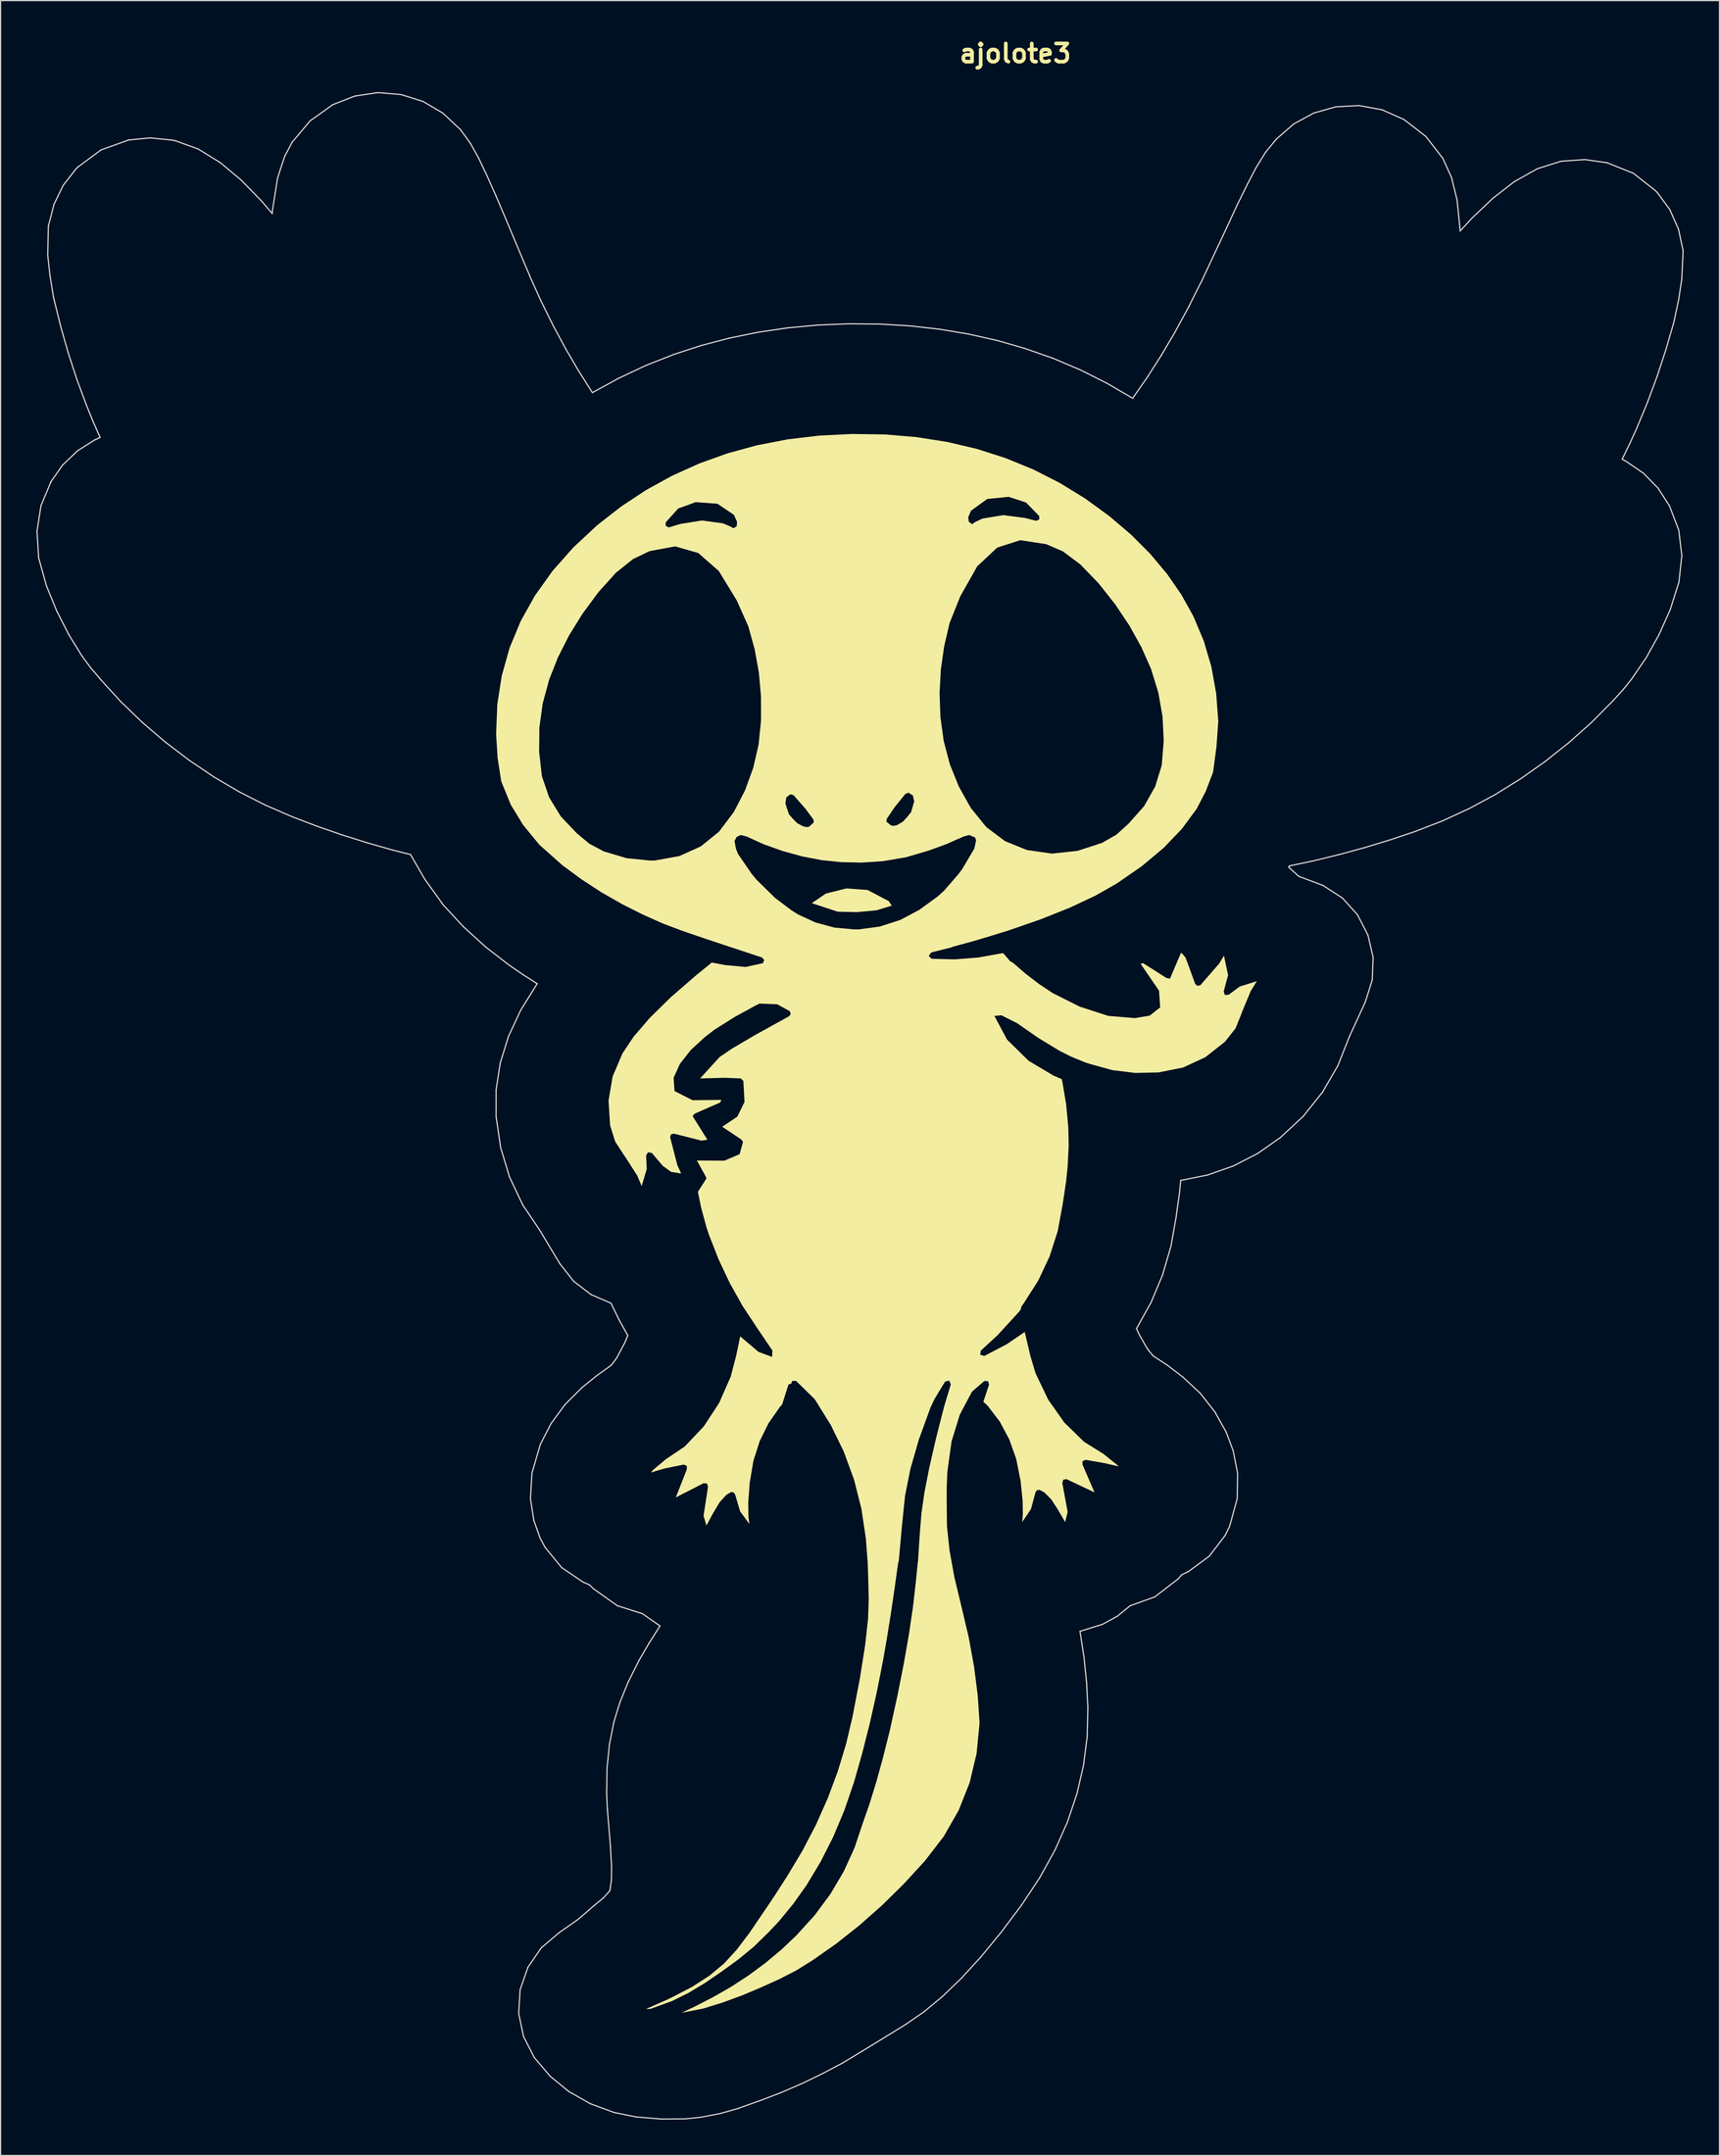
<source format=kicad_pcb>
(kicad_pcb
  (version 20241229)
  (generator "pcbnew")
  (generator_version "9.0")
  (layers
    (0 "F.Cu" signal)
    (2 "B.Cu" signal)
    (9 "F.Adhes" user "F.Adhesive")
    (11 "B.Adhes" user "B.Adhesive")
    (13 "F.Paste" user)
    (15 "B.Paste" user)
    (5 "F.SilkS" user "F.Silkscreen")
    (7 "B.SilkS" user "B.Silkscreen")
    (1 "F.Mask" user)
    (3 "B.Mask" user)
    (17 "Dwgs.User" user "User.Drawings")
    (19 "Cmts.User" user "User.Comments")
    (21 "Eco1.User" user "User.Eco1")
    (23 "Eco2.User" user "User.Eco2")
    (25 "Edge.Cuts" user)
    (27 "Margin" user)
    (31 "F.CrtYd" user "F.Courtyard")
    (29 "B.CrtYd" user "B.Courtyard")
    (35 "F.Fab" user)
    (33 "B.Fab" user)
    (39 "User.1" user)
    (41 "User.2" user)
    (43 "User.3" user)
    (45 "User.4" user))
  (footprint "ajolote3"
    (layer "F.Cu")
    (at 82.024 89.525)
    (property "Reference" "ajolote3" (at 0 -88.098 0) (layer "F.SilkS") (effects (font (size 1.524 1.524) (thickness 0.305))))
    (attr smd)
    (fp_poly (pts (xy -30.817 -27.47) (xy -31.338 -28.09) (xy -31.32 -28.982) (xy -30.457 -29.662) (xy -29.637 -29.017) (xy -29.654 -28.039) (xy -30.469 -27.404) (xy -30.817 -27.47) (xy -30.817 -27.47)) (stroke (width 0) (type solid)) (fill yes) (layer "F.Mask"))
    (fp_poly (pts (xy -1.399 -27.204) (xy -2.091 -27.839) (xy -2.192 -28.407) (xy -2.123 -28.911) (xy -1.048 -29.348) (xy -0.779 -29.157) (xy -0.388 -28.292) (xy -0.419 -27.821) (xy -1.399 -27.204)) (stroke (width 0) (type solid)) (fill yes) (layer "F.Mask"))
    (fp_poly (pts (xy -29.856 -30.469) (xy -30.259 -30.734) (xy -30.59 -32.845) (xy -29.781 -34.286) (xy -28.956 -34.681) (xy -28.545 -34.608) (xy -27.86 -33.37) (xy -28.277 -31.464) (xy -29.153 -30.568) (xy -29.856 -30.469)) (stroke (width 0) (type solid)) (fill yes) (layer "F.Mask"))
    (fp_poly (pts (xy -1.758 -30.413) (xy -2.83 -31.984) (xy -2.795 -33.496) (xy -2.003 -34.662) (xy -1.024 -34.524) (xy -0.5 -33.825) (xy -0.281 -31.567) (xy -1.124 -30.421) (xy -1.758 -30.413) (xy -1.758 -30.413)) (stroke (width 0) (type solid)) (fill yes) (layer "F.Mask"))
    (fp_poly (pts (xy -32.38 -22.642) (xy -34.019 -23.182) (xy -35.429 -24.177) (xy -36.641 -25.648) (xy -37.488 -27.762) (xy -37.728 -29.743) (xy -37.68 -31.808) (xy -37.353 -33.895) (xy -36.758 -35.945) (xy -35.902 -37.897) (xy -35.003 -39.428) (xy -33.945 -40.839) (xy -32.64 -42.251) (xy -31.353 -43.432) (xy -30.291 -44.127) (xy -28.367 -44.552) (xy -26.696 -43.618) (xy -25.186 -41.271) (xy -24.493 -39.494) (xy -24.023 -37.523) (xy -23.759 -35.279) (xy -23.726 -34.544) (xy -23.885 -34.803) (xy -24.725 -35.977) (xy -25.755 -36.799) (xy -27.512 -37.211) (xy -29.011 -36.907) (xy -30.397 -35.859) (xy -31.77 -33.978) (xy -32.55 -31.705) (xy -32.743 -29.025) (xy -32.603 -27.547) (xy -32.229 -26.255) (xy -31.008 -24.17) (xy -29.327 -23.039) (xy -28.841 -22.882) (xy -29.1 -22.807) (xy -30.73 -22.567) (xy -32.38 -22.642)) (stroke (width 0) (type solid)) (fill yes) (layer "F.Mask"))
    (fp_poly (pts (xy 3.156 -23.159) (xy 2.705 -23.209) (xy 1.487 -23.443) (xy 1.341 -23.491) (xy 1.487 -23.494) (xy 3.163 -23.901) (xy 4.146 -24.597) (xy 5.362 -26.634) (xy 5.798 -29.347) (xy 5.457 -31.843) (xy 4.991 -33.307) (xy 4.401 -34.542) (xy 2.782 -36.515) (xy 0.827 -37.616) (xy -0.668 -37.679) (xy -1.851 -37.283) (xy -2.964 -36.337) (xy -3.779 -34.922) (xy -3.885 -34.679) (xy -3.826 -36.607) (xy -3.539 -38.8) (xy -3.006 -40.786) (xy -2.231 -42.555) (xy -1.079 -44.216) (xy -0.772 -44.532) (xy 0.954 -45.143) (xy 2.711 -44.532) (xy 3.144 -44.243) (xy 4.176 -43.463) (xy 5.344 -42.363) (xy 6.883 -40.616) (xy 8.132 -38.754) (xy 9.099 -36.764) (xy 9.702 -34.875) (xy 10.105 -32.81) (xy 10.222 -30.223) (xy 9.931 -27.937) (xy 9.145 -26.172) (xy 7.913 -24.703) (xy 6.447 -23.724) (xy 4.724 -23.221) (xy 3.156 -23.159) (xy 3.156 -23.159)) (stroke (width 0) (type solid)) (fill yes) (layer "F.Mask"))
    (fp_poly (pts (xy -46.542 -29.601) (xy -48.302 -29.983) (xy -50.504 -30.587) (xy -52.896 -31.335) (xy -55.228 -32.149) (xy -57.251 -32.951) (xy -59.579 -34.05) (xy -61.826 -35.296) (xy -63.945 -36.661) (xy -65.886 -38.111) (xy -67.603 -39.617) (xy -69.038 -41.15) (xy -70.363 -42.855) (xy -71.448 -44.547) (xy -72.165 -46.044) (xy -72.464 -47.079) (xy -71.311 -46.476) (xy -69.184 -45.258) (xy -66.966 -44.11) (xy -64.687 -43.044) (xy -62.381 -42.073) (xy -60.076 -41.209) (xy -57.806 -40.465) (xy -55.601 -39.852) (xy -53.491 -39.384) (xy -50.921 -39.067) (xy -49.278 -39.026) (xy -51.19 -40.282) (xy -53.127 -41.557) (xy -54.93 -42.886) (xy -56.628 -44.293) (xy -58.248 -45.806) (xy -59.82 -47.452) (xy -61.37 -49.256) (xy -62.929 -51.245) (xy -64.469 -53.385) (xy -65.859 -55.516) (xy -67.107 -57.649) (xy -68.216 -59.794) (xy -69.192 -61.964) (xy -70.042 -64.169) (xy -70.769 -66.421) (xy -71.381 -68.731) (xy -71.714 -71.259) (xy -71.085 -70.694) (xy -69.612 -69.076) (xy -67.401 -66.523) (xy -65.869 -64.741) (xy -64.407 -63.064) (xy -63.332 -61.856) (xy -61.664 -60.078) (xy -59.844 -58.241) (xy -57.936 -56.403) (xy -56.002 -54.623) (xy -54.104 -52.96) (xy -52.307 -51.474) (xy -50.22 -49.891) (xy -48.164 -48.465) (xy -46.559 -47.471) (xy -45.823 -47.186) (xy -46.137 -47.817) (xy -47.319 -49.703) (xy -48.454 -51.837) (xy -49.522 -54.166) (xy -50.503 -56.635) (xy -51.379 -59.192) (xy -52.128 -61.783) (xy -52.731 -64.354) (xy -53.168 -66.851) (xy -53.383 -69.068) (xy -53.467 -71.464) (xy -53.416 -73.539) (xy -53.226 -74.794) (xy -52.908 -74.903) (xy -52.581 -74.037) (xy -51.783 -72.084) (xy -50.787 -69.707) (xy -49.867 -67.565) (xy -48.96 -65.578) (xy -47.906 -63.407) (xy -46.795 -61.228) (xy -45.715 -59.215) (xy -44.756 -57.54) (xy -43.583 -55.651) (xy -42.419 -53.919) (xy -41.15 -52.18) (xy -39.663 -50.274) (xy -38.15 -48.382) (xy -39.113 -47.375) (xy -40.637 -45.599) (xy -42 -43.644) (xy -43.171 -41.566) (xy -44.119 -39.42) (xy -44.813 -37.261) (xy -45.166 -35.653) (xy -45.38 -33.982) (xy -45.497 -31.908) (xy -45.583 -29.44) (xy -46.542 -29.601)) (stroke (width 0) (type solid)) (fill yes) (layer "F.Mask"))
    (fp_poly (pts (xy 18.714 -29.515) (xy 18.781 -32.19) (xy 18.663 -34.727) (xy 18.212 -37.197) (xy 17.501 -39.55) (xy 16.503 -41.878) (xy 15.379 -43.926) (xy 14.112 -45.784) (xy 12.705 -47.446) (xy 12.208 -47.972) (xy 12.427 -48.241) (xy 14.001 -50.041) (xy 15.362 -51.632) (xy 16.658 -53.262) (xy 17.905 -54.957) (xy 19.119 -56.743) (xy 20.315 -58.646) (xy 21.51 -60.691) (xy 22.718 -62.906) (xy 23.957 -65.315) (xy 25.241 -67.946) (xy 26.586 -70.823) (xy 27.637 -73.072) (xy 28.113 -74.009) (xy 28.338 -73.354) (xy 28.403 -71.397) (xy 28.334 -69.303) (xy 28.136 -67.321) (xy 27.79 -65.295) (xy 27.273 -63.067) (xy 26.678 -60.919) (xy 26.004 -58.811) (xy 25.256 -56.759) (xy 24.438 -54.777) (xy 23.558 -52.879) (xy 22.573 -50.964) (xy 21.611 -49.3) (xy 20.53 -47.639) (xy 19.79 -46.438) (xy 20.564 -46.709) (xy 22.252 -47.676) (xy 24.406 -49.065) (xy 26.581 -50.603) (xy 28.385 -51.979) (xy 30.114 -53.359) (xy 31.797 -54.771) (xy 33.463 -56.241) (xy 35.14 -57.795) (xy 36.858 -59.461) (xy 38.646 -61.266) (xy 40.531 -63.235) (xy 42.544 -65.397) (xy 44.561 -67.546) (xy 46.049 -69.053) (xy 46.674 -69.578) (xy 46.44 -68.285) (xy 45.977 -66.378) (xy 45.228 -64.045) (xy 44.36 -61.778) (xy 43.364 -59.564) (xy 42.234 -57.392) (xy 40.962 -55.248) (xy 39.541 -53.121) (xy 37.963 -50.999) (xy 36.222 -48.869) (xy 34.31 -46.719) (xy 32.621 -44.996) (xy 30.87 -43.428) (xy 28.996 -41.966) (xy 26.937 -40.564) (xy 24.633 -39.174) (xy 22.96 -38.132) (xy 24.571 -38.11) (xy 26.673 -38.26) (xy 28.277 -38.537) (xy 30.241 -38.948) (xy 32.67 -39.575) (xy 35.013 -40.277) (xy 37.02 -40.979) (xy 39.063 -41.783) (xy 41.097 -42.668) (xy 43.078 -43.615) (xy 44.961 -44.606) (xy 46.418 -45.356) (xy 45.718 -43.528) (xy 44.808 -42.045) (xy 43.541 -40.377) (xy 42.008 -38.729) (xy 40.236 -37.16) (xy 38.247 -35.682) (xy 36.06 -34.309) (xy 33.696 -33.056) (xy 31.176 -31.937) (xy 28.944 -31.125) (xy 26.371 -30.332) (xy 23.719 -29.629) (xy 21.248 -29.083) (xy 19.218 -28.765) (xy 18.64 -28.703) (xy 18.714 -29.515)) (stroke (width 0) (type solid)) (fill yes) (layer "F.Mask"))
    (fp_poly (pts (xy -13.397 -56.498) (xy -26.24 -50.154) (xy -24.026 -49.428) (xy -24.408 -48.971) (xy -25.899 -49.222) (xy -27.502 -49.078) (xy -28.602 -48.785) (xy -29.061 -48.642) (xy -28.602 -49.141) (xy -27.556 -49.921) (xy -26.24 -50.154) (xy -13.397 -56.498) (xy -5.505 -29.711) (xy -5.928 -32.155) (xy -6.015 -34.72) (xy -5.794 -37.299) (xy -5.295 -39.781) (xy -4.544 -42.057) (xy -3.572 -44.017) (xy -2.407 -45.553) (xy -1.078 -46.555) (xy 0.805 -47.013) (xy 2.157 -46.776) (xy 4.113 -45.898) (xy 6.193 -44.022) (xy 7.629 -42.356) (xy 8.91 -40.568) (xy 10.008 -38.703) (xy 10.896 -36.811) (xy 11.546 -34.936) (xy 11.923 -32.876) (xy 12.068 -30.543) (xy 11.939 -28.611) (xy 11.448 -26.989) (xy 10.611 -25.439) (xy 9.467 -24.033) (xy 7.477 -22.476) (xy 5.158 -21.633) (xy 2.926 -21.413) (xy 0.866 -21.722) (xy -0.978 -22.546) (xy -2.562 -23.873) (xy -3.694 -25.477) (xy -4.759 -27.59) (xy -5.505 -29.711) (xy -13.397 -56.498) (xy -26.744 -46.011) (xy -25.107 -44.591) (xy -23.566 -42.094) (xy -22.712 -40.08) (xy -22.109 -37.946) (xy -21.753 -35.667) (xy -21.637 -33.217) (xy -21.813 -30.613) (xy -22.316 -28.22) (xy -23.12 -26.084) (xy -24.198 -24.25) (xy -25.523 -22.763) (xy -27.068 -21.669) (xy -28.806 -21.013) (xy -30.886 -20.846) (xy -33.003 -21.113) (xy -35.078 -21.933) (xy -36.867 -23.374) (xy -38.208 -25.004) (xy -39.078 -26.794) (xy -39.513 -28.849) (xy -39.546 -31.269) (xy -39.363 -32.93) (xy -39.065 -34.478) (xy -38.405 -36.419) (xy -37.423 -38.516) (xy -36.209 -40.611) (xy -34.855 -42.549) (xy -33.451 -44.171) (xy -31.315 -45.797) (xy -29.027 -46.445) (xy -28.613 -46.461) (xy -26.744 -46.011) (xy -13.397 -56.498) (xy -8.938 -25.769) (xy -9.268 -24.365) (xy -10.244 -24.165) (xy -8.938 -25.769) (xy -13.397 -56.498) (xy -18.83 -25.758) (xy -18.816 -25.754) (xy -17.235 -23.741) (xy -18.353 -24.138) (xy -18.885 -25.269) (xy -18.83 -25.758) (xy -18.83 -25.758) (xy -13.397 -56.498) (xy -3.873 -22.285) (xy -4.354 -20.637) (xy -5.562 -18.991) (xy -7.121 -17.514) (xy -8.89 -16.318) (xy -10.726 -15.518) (xy -12.975 -15.081) (xy -15.138 -15.188) (xy -17.214 -15.837) (xy -19.204 -17.03) (xy -21.106 -18.767) (xy -22.736 -20.887) (xy -23.139 -22.139) (xy -21.056 -21.59) (xy -19.054 -20.85) (xy -17.354 -20.373) (xy -15.57 -20.122) (xy -13.315 -20.056) (xy -10.52 -20.205) (xy -8.27 -20.694) (xy -5.695 -21.639) (xy -3.873 -22.285) (xy -13.397 -56.498) (xy -15.955 -56.391) (xy -1.009 -50.663) (xy -0.618 -50.638) (xy 1.528 -49.527) (xy 0.95 -49.465) (xy -1.008 -49.651) (xy -2.979 -49.348) (xy -3.392 -49.731) (xy -2.413 -50.396) (xy -1.009 -50.663) (xy -15.955 -56.391) (xy -18.494 -56.119) (xy -20.994 -55.685) (xy -23.438 -55.088) (xy -25.804 -54.33) (xy -28.074 -53.413) (xy -30.229 -52.338) (xy -32.248 -51.106) (xy -34.562 -49.418) (xy -36.619 -47.644) (xy -38.42 -45.78) (xy -39.967 -43.826) (xy -41.261 -41.78) (xy -42.303 -39.641) (xy -43.093 -37.406) (xy -43.632 -35.075) (xy -43.923 -32.645) (xy -43.936 -30.084) (xy -43.605 -27.754) (xy -42.909 -25.619) (xy -16.501 -10.372) (xy -16.96 -10.726) (xy -15.107 -10.731) (xy -13.468 -10.768) (xy -12.128 -10.853) (xy -11.339 -10.908) (xy -11.339 -10.908) (xy -11.001 -10.66) (xy -11.78 -9.996) (xy -14.253 -9.67) (xy -16.501 -10.372) (xy -42.909 -25.619) (xy -41.831 -23.645) (xy -40.353 -21.799) (xy -38.455 -20.047) (xy -36.119 -18.355) (xy -34.095 -17.1) (xy -32.113 -16.028) (xy -30.015 -15.067) (xy -27.644 -14.146) (xy -24.841 -13.191) (xy -22.25 -12.296) (xy -22.087 -11.99) (xy -23.909 -12.021) (xy -25.509 -12.196) (xy -27.342 -10.893) (xy -29.746 -8.737) (xy -31.591 -6.817) (xy -32.931 -5.049) (xy -33.82 -3.35) (xy -34.312 -1.637) (xy -34.461 0.175) (xy -34.137 2.498) (xy -32.965 4.701) (xy -31.882 6.579) (xy -31.503 7.233) (xy -30.802 5.279) (xy -30.802 4.407) (xy -30.01 5.185) (xy -28.524 6.075) (xy -27.901 5.931) (xy -28.399 4.336) (xy -28.735 2.905) (xy -27.568 3.086) (xy -25.485 3.061) (xy -26.219 2.17) (xy -26.952 1.209) (xy -26.112 0.831) (xy -24.478 -0.469) (xy -25.943 -0.651) (xy -28.128 -1.028) (xy -28.402 -2.37) (xy -27.109 -4.215) (xy -24.941 -6.142) (xy -22.496 -7.603) (xy -20.942 -8.168) (xy -19.438 -7.668) (xy -20.179 -7.15) (xy -21.958 -6.103) (xy -23.899 -4.961) (xy -25.027 -4.212) (xy -25.466 -3.836) (xy -25.479 -3.832) (xy -26.89 -2.096) (xy -25.088 -1.926) (xy -23.34 -1.803) (xy -23.13 -0.779) (xy -23.58 0.687) (xy -24.815 1.594) (xy -25.223 1.736) (xy -24.892 2.08) (xy -23.914 2.81) (xy -23.487 3.944) (xy -25.82 4.437) (xy -27.148 4.59) (xy -26.759 5.514) (xy -26.695 6.89) (xy -27.019 7.412) (xy -26.571 9.344) (xy -25.654 12.027) (xy -24.674 14.268) (xy -23.567 16.334) (xy -22.13 18.606) (xy -21.112 20.175) (xy -20.726 20.864) (xy -22.367 19.704) (xy -23.517 19.521) (xy -23.958 21.575) (xy -24.813 23.955) (xy -25.967 26.045) (xy -27.259 27.642) (xy -28.819 28.906) (xy -30.556 30.281) (xy -31.381 31.223) (xy -30.496 31.02) (xy -28.818 30.572) (xy -27.958 30.394) (xy -28.349 31.228) (xy -28.761 33.208) (xy -27.502 32.614) (xy -26.287 32.082) (xy -26.362 32.895) (xy -26.204 35.354) (xy -25.907 35.699) (xy -25.351 34.666) (xy -23.94 32.819) (xy -23.666 33.447) (xy -22.341 35.548) (xy -22.159 34.547) (xy -22.137 32.205) (xy -21.74 29.904) (xy -21.002 27.78) (xy -19.959 25.969) (xy -19.37 24.865) (xy -18.986 23.744) (xy -18.393 25.011) (xy -17.487 27.704) (xy -16.828 30.161) (xy -16.617 32.172) (xy -16.616 34.521) (xy -16.824 36.514) (xy -17.353 38.608) (xy -18.117 40.762) (xy -19.1 42.939) (xy -20.283 45.101) (xy -21.65 47.21) (xy -23.284 49.647) (xy -24.448 51.707) (xy -25.2 53.572) (xy -25.596 55.425) (xy -25.691 57.449) (xy -25.543 59.825) (xy -25.36 62.579) (xy -25.373 64.989) (xy -25.583 67.054) (xy -25.988 68.774) (xy -26.588 70.147) (xy -27.865 71.957) (xy -29.581 73.649) (xy -30.335 74.405) (xy -29.069 73.81) (xy -27.099 72.534) (xy -25.604 71.245) (xy -24.189 69.672) (xy -22.812 67.766) (xy -21.597 65.85) (xy -20.533 63.982) (xy -19.336 61.662) (xy -18.296 59.455) (xy -17.368 57.212) (xy -16.551 54.932) (xy -15.846 52.614) (xy -15.251 50.256) (xy -14.768 47.857) (xy -14.395 45.416) (xy -14.132 42.932) (xy -13.979 40.404) (xy -13.982 38.224) (xy -14.161 36.056) (xy -14.52 33.885) (xy -15.062 31.7) (xy -15.789 29.486) (xy -16.707 27.231) (xy -17.816 24.921) (xy -18.413 23.651) (xy -17.535 24.5) (xy -16.252 26.304) (xy -15.126 28.399) (xy -14.238 30.53) (xy -13.571 32.764) (xy -13.11 35.167) (xy -12.837 37.807) (xy -12.738 40.748) (xy -12.785 43.43) (xy -13.064 45.803) (xy -13.519 48.565) (xy -14.027 51.123) (xy -14.583 53.455) (xy -15.183 55.542) (xy -15.822 57.363) (xy -16.706 59.408) (xy -17.803 61.649) (xy -18.849 63.545) (xy -19.86 65.155) (xy -21.108 67.056) (xy -22.33 68.855) (xy -23.265 70.161) (xy -24.607 71.683) (xy -26.207 72.994) (xy -28.198 74.187) (xy -30.713 75.355) (xy -31.491 75.994) (xy -29.213 75.617) (xy -27.089 74.556) (xy -24.843 73.127) (xy -22.632 71.451) (xy -20.616 69.648) (xy -18.954 67.838) (xy -17.629 66.036) (xy -16.375 64.013) (xy -15.24 61.857) (xy -14.276 59.656) (xy -13.659 57.953) (xy -13.053 56.024) (xy -12.464 53.897) (xy -11.898 51.599) (xy -11.361 49.159) (xy -10.858 46.604) (xy -10.395 43.963) (xy -9.979 41.263) (xy -9.615 38.533) (xy -9.309 35.801) (xy -8.94 32.684) (xy -8.494 30.386) (xy -7.814 28.087) (xy -6.708 25.217) (xy -5.947 23.771) (xy -6.149 24.658) (xy -6.559 26.199) (xy -7.093 28.43) (xy -7.607 30.734) (xy -7.96 32.495) (xy -8.208 34.374) (xy -8.422 36.708) (xy -8.612 39.028) (xy -8.85 41.272) (xy -9.143 43.488) (xy -9.498 45.72) (xy -9.922 48.015) (xy -10.423 50.42) (xy -11.008 52.979) (xy -11.599 55.271) (xy -12.3 57.679) (xy -13.044 59.994) (xy -13.763 62.004) (xy -14.389 63.5) (xy -15.392 65.314) (xy -16.657 67.134) (xy -18.113 68.868) (xy -19.691 70.425) (xy -21.347 71.808) (xy -23.036 73.017) (xy -24.9 74.145) (xy -27.084 75.288) (xy -29.288 76.376) (xy -28.51 76.377) (xy -26.827 76.141) (xy -24.549 75.488) (xy -21.946 74.508) (xy -19.288 73.292) (xy -17.484 72.281) (xy -15.606 71.03) (xy -13.679 69.556) (xy -11.726 67.879) (xy -9.771 66.016) (xy -7.788 63.929) (xy -6.276 62.087) (xy -5.13 60.347) (xy -4.244 58.566) (xy -3.544 56.658) (xy -3.072 54.699) (xy -2.83 52.642) (xy -2.815 50.434) (xy -3.029 48.027) (xy -3.47 45.37) (xy -4.139 42.413) (xy -4.831 39.395) (xy -5.26 36.847) (xy -5.457 34.521) (xy -5.455 32.171) (xy -5.241 29.406) (xy -4.785 27.223) (xy -4.001 25.221) (xy -2.556 23.402) (xy -2.763 24.162) (xy -3.011 24.882) (xy -2.528 25.352) (xy -1.432 26.84) (xy -0.515 28.748) (xy 0.05 30.934) (xy 0.316 33.597) (xy 0.401 35.477) (xy 0.842 35.023) (xy 1.89 32.989) (xy 2.342 32.738) (xy 3.545 34.426) (xy 4.366 35.172) (xy 4.513 32.801) (xy 4.281 31.68) (xy 4.565 31.788) (xy 5.765 32.357) (xy 6.832 32.819) (xy 6.447 30.957) (xy 6.101 30.122) (xy 7.304 30.296) (xy 8.883 30.677) (xy 9.411 30.759) (xy 8.57 29.85) (xy 6.727 28.46) (xy 4.877 26.962) (xy 3.41 25.173) (xy 2.28 23.02) (xy 1.439 20.432) (xy 0.939 18.599) (xy 0.503 18.871) (xy -0.77 19.714) (xy -2.048 20.417) (xy -0.72 18.881) (xy 0.855 17.131) (xy 1.422 16.131) (xy 2.501 14.218) (xy 3.373 12.187) (xy 3.963 10.211) (xy 4.39 7.837) (xy 4.644 5.367) (xy 4.721 2.905) (xy 4.618 0.555) (xy 4.332 -1.577) (xy 4.188 -2.33) (xy 3.267 -2.794) (xy 1.804 -3.629) (xy 1.261 -4) (xy 1.196 -4) (xy 0.209 -5.03) (xy -1.167 -6.699) (xy -1.51 -7.289) (xy -1.076 -7.161) (xy -0.169 -6.668) (xy 1.403 -5.665) (xy 3.852 -4.196) (xy 6.137 -3.197) (xy 8.386 -2.625) (xy 10.726 -2.437) (xy 13.322 -2.676) (xy 15.51 -3.458) (xy 17.444 -4.839) (xy 18.872 -6.729) (xy 19.959 -9.085) (xy 20.689 -10.625) (xy 19.896 -10.643) (xy 18.487 -10.092) (xy 17.814 -9.649) (xy 17.983 -10.237) (xy 17.811 -12.581) (xy 17.47 -13.002) (xy 17.134 -12.464) (xy 16.14 -11.104) (xy 15.413 -10.368) (xy 15.039 -11.176) (xy 14.135 -12.95) (xy 13.568 -12.654) (xy 12.937 -10.918) (xy 11.997 -11.559) (xy 10.272 -12.025) (xy 10.391 -11.432) (xy 11.4 -10.006) (xy 11.918 -8.802) (xy 11.378 -7.95) (xy 9.469 -7.712) (xy 7.808 -7.824) (xy 6.263 -8.243) (xy 4.333 -9.106) (xy 2.779 -9.962) (xy 1.379 -10.94) (xy 0.000058 -12.132) (xy -1.008 -13.081) (xy -2.292 -12.831) (xy -3.629 -12.655) (xy -5.042 -12.583) (xy -6.509 -12.583) (xy -3.117 -13.572) (xy 0.019 -14.544) (xy 2.785 -15.531) (xy 5.227 -16.554) (xy 7.387 -17.636) (xy 9.312 -18.799) (xy 11.044 -20.065) (xy 12.628 -21.456) (xy 14.521 -23.48) (xy 15.832 -25.422) (xy 16.651 -27.448) (xy 17.07 -29.728) (xy 17.159 -32.28) (xy 16.935 -34.883) (xy 16.413 -37.435) (xy 15.607 -39.832) (xy 14.631 -41.854) (xy 13.402 -43.819) (xy 11.937 -45.708) (xy 10.256 -47.504) (xy 8.378 -49.187) (xy 6.32 -50.74) (xy 4.102 -52.145) (xy 1.742 -53.384) (xy -0.581 -54.362) (xy -3.013 -55.155) (xy -5.532 -55.763) (xy -8.117 -56.189) (xy -10.746 -56.433) (xy -13.397 -56.498) (xy -13.397 -56.498)) (stroke (width 0) (type solid)) (fill yes) (layer "F.Mask"))
    (fp_poly (pts (xy -14.878 -16.179) (xy -17.055 -16.895) (xy -15.875 -17.699) (xy -14.156 -18.129) (xy -12.388 -18.002) (xy -10.612 -17.07) (xy -10.35 -16.688) (xy -11.625 -16.297) (xy -13.274 -16.145) (xy -14.878 -16.179)) (stroke (width 0) (type solid)) (fill yes) (layer "F.SilkS"))
    (fp_poly (pts (xy -29.031 -48.379) (xy -42.378 -38.279) (xy -41.453 -40.514) (xy -40.255 -42.663) (xy -38.786 -44.723) (xy -37.046 -46.691) (xy -35.037 -48.564) (xy -33.047 -50.118) (xy -30.958 -51.499) (xy -28.772 -52.705) (xy -26.49 -53.735) (xy -24.114 -54.588) (xy -21.643 -55.263) (xy -19.081 -55.759) (xy -16.428 -56.076) (xy -13.685 -56.211) (xy -10.94 -56.172) (xy -8.278 -55.949) (xy -5.701 -55.543) (xy -3.21 -54.956) (xy -0.807 -54.186) (xy 1.508 -53.236) (xy 3.732 -52.105) (xy 5.865 -50.795) (xy 7.905 -49.305) (xy 9.698 -47.775) (xy 11.299 -46.172) (xy 12.703 -44.497) (xy 13.91 -42.754) (xy 14.916 -40.944) (xy 15.79 -38.872) (xy 16.428 -36.708) (xy 16.832 -34.459) (xy 17.006 -32.134) (xy 16.854 -30.014) (xy 16.583 -27.953) (xy 16.53 -27.768) (xy 15.955 -26.263) (xy 15.181 -24.778) (xy 13.956 -23.122) (xy 12.429 -21.527) (xy 10.604 -19.997) (xy 8.487 -18.534) (xy 6.688 -17.512) (xy 4.551 -16.51) (xy 2.087 -15.528) (xy -0.694 -14.565) (xy -1.223 -14.407) (xy -1.991 -14.168) (xy -3.578 -13.695) (xy -5.245 -13.242) (xy -5.351 -13.189) (xy -7.044 -12.766) (xy -7.256 -12.475) (xy -7.018 -12.237) (xy -5.091 -12.184) (xy -3.088 -12.343) (xy -1.038 -12.713) (xy -0.906 -12.581) (xy -0.43 -12.025) (xy -0.218 -11.919) (xy 0.837 -11.003) (xy 1.952 -10.147) (xy 3.142 -9.353) (xy 5.401 -8.222) (xy 7.799 -7.448) (xy 10.021 -7.263) (xy 11.265 -7.474) (xy 12.138 -8.162) (xy 12.042 -9.561) (xy 10.498 -11.814) (xy 10.709 -11.867) (xy 12.667 -10.623) (xy 12.958 -10.57) (xy 13.884 -12.74) (xy 14.017 -12.634) (xy 14.255 -12.343) (xy 14.44 -11.867) (xy 15.075 -10.12) (xy 15.26 -9.962) (xy 15.498 -10.014) (xy 17.086 -11.84) (xy 17.483 -12.502) (xy 17.827 -10.861) (xy 17.456 -9.485) (xy 17.562 -9.194) (xy 17.879 -9.221) (xy 18.806 -9.909) (xy 20.234 -10.358) (xy 19.732 -9.538) (xy 18.991 -7.766) (xy 18.991 -7.739) (xy 18.455 -6.41) (xy 17.562 -5.278) (xy 15.916 -3.984) (xy 14.058 -3.125) (xy 12.006 -2.712) (xy 10.052 -2.668) (xy 8.121 -2.906) (xy 6.238 -3.426) (xy 6.079 -3.479) (xy 5.92 -3.532) (xy 5.841 -3.559) (xy 4.994 -3.903) (xy 4.571 -4.088) (xy 3.724 -4.511) (xy 1.899 -5.622) (xy 0.152 -6.839) (xy -1.171 -7.501) (xy -1.753 -7.448) (xy -0.694 -5.464) (xy 1.112 -3.688) (xy 3.195 -2.447) (xy 3.883 -2.156) (xy 3.936 -1.971) (xy 4.257 -0.05) (xy 4.439 1.892) (xy 4.472 3.436) (xy 4.386 5.12) (xy 4.253 6.443) (xy 3.962 8.374) (xy 3.551 10.59) (xy 2.871 12.71) (xy 1.923 14.725) (xy 0.708 16.629) (xy 0.523 16.894) (xy 0.47 17.052) (xy 0.47 17.132) (xy 0.311 17.343) (xy -1.468 19.288) (xy -2.89 20.598) (xy -2.943 20.942) (xy -2.599 21.048) (xy -0.717 20.062) (xy 0.787 19.037) (xy 1.264 21.048) (xy 1.687 22.476) (xy 2.754 24.706) (xy 4.104 26.623) (xy 5.735 28.218) (xy 5.762 28.244) (xy 7.366 29.24) (xy 8.434 30.096) (xy 8.672 30.308) (xy 7.491 30.03) (xy 5.894 29.752) (xy 5.629 29.858) (xy 5.629 30.149) (xy 6.635 32.478) (xy 4.28 31.366) (xy 4.015 31.419) (xy 3.936 31.684) (xy 4.386 34.118) (xy 4.174 34.965) (xy 3.592 33.959) (xy 3.01 33.06) (xy 2.428 32.478) (xy 2.031 32.266) (xy 1.819 32.292) (xy 1.687 32.478) (xy 1.31 33.88) (xy 0.576 34.965) (xy 0.629 34.33) (xy 0.615 33.195) (xy 0.443 31.525) (xy 0.076 29.68) (xy -0.509 28.033) (xy -1.3 26.551) (xy -2.308 25.228) (xy -2.679 24.884) (xy -2.202 23.455) (xy -2.282 23.164) (xy -2.573 23.138) (xy -2.652 23.191) (xy -3.631 24.037) (xy -4.654 25.968) (xy -5.342 28.21) (xy -5.695 30.758) (xy -5.751 32.068) (xy -5.748 33.536) (xy -5.728 35.31) (xy -5.513 37.333) (xy -5.104 39.593) (xy -4.504 42.082) (xy -3.904 44.63) (xy -3.453 47.106) (xy -3.15 49.497) (xy -2.996 51.792) (xy -3.244 54.354) (xy -3.826 56.796) (xy -4.743 59.113) (xy -5.993 61.301) (xy -7.573 63.354) (xy -9.351 65.291) (xy -11.186 67.096) (xy -13.075 68.767) (xy -15.012 70.299) (xy -16.993 71.689) (xy -18.365 72.542) (xy -19.797 73.276) (xy -21.335 73.971) (xy -22.893 74.626) (xy -24.513 75.221) (xy -26.174 75.737) (xy -27.946 76.081) (xy -26.782 75.525) (xy -25.281 74.748) (xy -23.819 73.911) (xy -22.36 72.959) (xy -20.961 71.927) (xy -19.612 70.802) (xy -18.342 69.599) (xy -16.812 67.913) (xy -15.491 66.129) (xy -14.38 64.248) (xy -13.478 62.272) (xy -12.786 60.206) (xy -12.226 58.611) (xy -11.658 56.77) (xy -11.085 54.696) (xy -10.51 52.401) (xy -9.888 49.564) (xy -9.358 46.899) (xy -8.922 44.415) (xy -8.582 42.119) (xy -8.341 40.018) (xy -8.182 38.431) (xy -8.182 38.378) (xy -8.156 38.298) (xy -8.033 36.35) (xy -7.97 35.494) (xy -7.864 34.224) (xy -7.619 32.506) (xy -7.202 30.377) (xy -6.621 27.847) (xy -5.953 25.241) (xy -5.404 23.429) (xy -5.536 23.111) (xy -5.88 23.191) (xy -6.012 23.402) (xy -6.78 24.672) (xy -7.124 25.413) (xy -8.084 28.055) (xy -8.792 30.515) (xy -9.24 32.769) (xy -9.505 35.335) (xy -9.637 36.82) (xy -9.769 38.246) (xy -9.796 38.298) (xy -9.822 38.404) (xy -10.125 40.59) (xy -10.438 42.694) (xy -10.76 44.703) (xy -11.092 46.606) (xy -11.618 49.27) (xy -12.2 51.858) (xy -12.837 54.368) (xy -13.527 56.793) (xy -14.325 59.119) (xy -15.253 61.33) (xy -16.31 63.423) (xy -17.495 65.392) (xy -18.607 66.959) (xy -19.797 68.408) (xy -20.723 69.387) (xy -21.93 70.561) (xy -23.237 71.636) (xy -24.616 72.635) (xy -26.015 73.594) (xy -27.401 74.427) (xy -28.767 75.102) (xy -30.592 75.763) (xy -30.936 75.763) (xy -29.084 74.943) (xy -28.608 74.705) (xy -27.086 73.915) (xy -25.644 72.985) (xy -24.401 71.953) (xy -23.316 70.763) (xy -22.271 69.38) (xy -21.305 67.958) (xy -20.257 66.41) (xy -19.109 64.624) (xy -17.833 62.497) (xy -16.702 60.325) (xy -15.716 58.109) (xy -14.876 55.854) (xy -14.181 53.562) (xy -13.632 51.237) (xy -13.012 47.995) (xy -12.581 45.264) (xy -12.338 43.058) (xy -12.283 41.394) (xy -12.343 39.079) (xy -12.362 38.589) (xy -12.362 38.537) (xy -12.362 38.484) (xy -12.521 36.367) (xy -12.896 33.85) (xy -13.512 31.416) (xy -14.369 29.071) (xy -15.468 26.821) (xy -16.807 24.672) (xy -18.342 23.164) (xy -18.368 23.138) (xy -18.686 23.138) (xy -18.792 23.376) (xy -19.003 23.429) (xy -19.533 25.096) (xy -19.718 25.307) (xy -20.674 26.677) (xy -21.411 28.165) (xy -21.944 29.825) (xy -22.258 31.684) (xy -22.38 33.364) (xy -22.364 34.488) (xy -22.284 35.123) (xy -23.058 34.072) (xy -23.475 32.663) (xy -23.607 32.478) (xy -23.819 32.451) (xy -24.216 32.689) (xy -24.771 33.298) (xy -25.327 34.224) (xy -25.883 35.256) (xy -26.121 34.436) (xy -25.75 32.001) (xy -25.83 31.737) (xy -26.121 31.71) (xy -28.449 32.901) (xy -27.523 30.546) (xy -27.523 30.255) (xy -27.788 30.149) (xy -29.372 30.47) (xy -30.539 30.811) (xy -30.328 30.573) (xy -29.276 29.696) (xy -27.708 28.641) (xy -27.682 28.615) (xy -26.104 26.95) (xy -24.814 24.979) (xy -23.819 22.714) (xy -23.819 22.662) (xy -23.396 21.054) (xy -23.052 19.407) (xy -21.517 20.704) (xy -20.379 21.127) (xy -20.356 20.588) (xy -21.623 18.719) (xy -22.843 16.87) (xy -23.925 14.942) (xy -24.867 12.945) (xy -25.671 10.888) (xy -25.883 10.253) (xy -26.332 8.586) (xy -26.597 7.289) (xy -25.883 6.178) (xy -25.936 6.019) (xy -26.676 4.67) (xy -24.384 4.683) (xy -23.104 4.141) (xy -22.813 3.109) (xy -22.972 2.897) (xy -24.56 1.839) (xy -23.29 0.992) (xy -22.691 -0.235) (xy -22.787 -1.998) (xy -22.999 -2.209) (xy -24.322 -2.262) (xy -26.412 -2.209) (xy -24.771 -4.008) (xy -23.733 -4.711) (xy -21.788 -5.855) (xy -18.951 -7.422) (xy -18.818 -7.607) (xy -18.898 -7.845) (xy -19.946 -8.42) (xy -21.411 -8.48) (xy -21.491 -8.453) (xy -21.755 -8.321) (xy -23.501 -7.369) (xy -25.221 -6.284) (xy -26.015 -5.675) (xy -27.199 -4.581) (xy -28.105 -3.426) (xy -28.634 -2.262) (xy -28.555 -1.151) (xy -27.047 -0.384) (xy -24.639 -0.41) (xy -24.718 -0.198) (xy -26.835 0.728) (xy -27.047 0.939) (xy -25.803 2.924) (xy -25.962 2.95) (xy -26.306 3.003) (xy -26.809 2.871) (xy -28.608 2.421) (xy -28.846 2.474) (xy -28.925 2.712) (xy -28.317 5.067) (xy -27.999 5.755) (xy -28.846 5.622) (xy -29.534 5.12) (xy -30.46 4.035) (xy -30.777 3.982) (xy -30.936 4.247) (xy -30.883 5.384) (xy -31.307 6.813) (xy -31.677 5.94) (xy -32.709 4.326) (xy -32.735 4.299) (xy -33.522 3.096) (xy -33.952 1.733) (xy -34.085 -0.354) (xy -33.741 -2.371) (xy -32.921 -4.299) (xy -31.979 -5.712) (xy -30.625 -7.286) (xy -28.865 -9.014) (xy -26.703 -10.888) (xy -25.433 -11.919) (xy -24.322 -11.708) (xy -22.602 -11.549) (xy -21.147 -11.867) (xy -21.041 -12.131) (xy -21.226 -12.343) (xy -24.348 -13.375) (xy -26.094 -13.957) (xy -27.946 -14.592) (xy -29.549 -15.197) (xy -31.221 -15.944) (xy -32.947 -16.814) (xy -34.673 -17.799) (xy -36.345 -18.89) (xy -37.948 -20.069) (xy -39.879 -21.788) (xy -41.235 -23.437) (xy -42.28 -25.15) (xy -43.001 -26.921) (xy -43.081 -27.133) (xy -43.381 -29.074) (xy -43.504 -31.075) (xy -43.405 -33.557) (xy -43.029 -35.959) (xy -42.378 -38.279) (xy -29.031 -48.379) (xy 0.409 -47.31) (xy -1.518 -46.689) (xy -3.192 -45.12) (xy -4.61 -42.611) (xy -5.51 -40.362) (xy -5.961 -38.424) (xy -6.241 -36.463) (xy -6.347 -34.487) (xy -6.277 -32.504) (xy -5.999 -30.476) (xy -5.483 -28.525) (xy -4.729 -26.659) (xy -3.737 -24.884) (xy -2.433 -23.273) (xy -0.863 -22.093) (xy 0.97 -21.349) (xy 3.063 -21.048) (xy 5.216 -21.279) (xy 7.27 -21.947) (xy 8.47 -22.635) (xy 9.492 -23.561) (xy 10.789 -25.024) (xy 11.715 -26.658) (xy 12.27 -28.456) (xy 12.435 -30.509) (xy 12.336 -32.54) (xy 11.98 -34.547) (xy 11.371 -36.526) (xy 10.562 -38.346) (xy 9.562 -40.151) (xy 8.368 -41.936) (xy 6.979 -43.696) (xy 5.446 -45.281) (xy 3.978 -46.379) (xy 2.587 -46.977) (xy 0.409 -47.31) (xy -29.031 -48.379) (xy -26.567 -46.236) (xy -28.503 -46.792) (xy -30.645 -46.395) (xy -32.027 -45.732) (xy -33.461 -44.588) (xy -34.931 -42.955) (xy -36.261 -41.155) (xy -37.392 -39.33) (xy -38.325 -37.486) (xy -39.059 -35.626) (xy -39.6 -33.632) (xy -39.879 -31.618) (xy -39.9 -29.584) (xy -39.667 -27.53) (xy -39.06 -25.76) (xy -38.088 -24.167) (xy -36.757 -22.767) (xy -35.699 -21.881) (xy -34.482 -21.233) (xy -32.563 -20.661) (xy -30.566 -20.466) (xy -30.222 -20.466) (xy -28.153 -20.842) (xy -26.356 -21.65) (xy -24.83 -22.884) (xy -23.581 -24.54) (xy -22.648 -26.35) (xy -21.957 -28.241) (xy -21.508 -30.207) (xy -21.305 -32.239) (xy -21.311 -34.233) (xy -21.487 -36.205) (xy -21.837 -38.152) (xy -22.364 -40.071) (xy -23.343 -42.267) (xy -24.845 -44.728) (xy -26.567 -46.236) (xy -29.031 -48.379) (xy -28.079 -48.67) (xy -8.579 -25.916) (xy -8.949 -26.154) (xy -9.214 -26.048) (xy -10.113 -24.937) (xy -10.775 -23.958) (xy -10.801 -23.72) (xy -10.404 -23.402) (xy -10.193 -23.376) (xy -9.928 -23.429) (xy -9.426 -23.72) (xy -9.082 -24.09) (xy -8.738 -24.514) (xy -8.473 -25.413) (xy -8.579 -25.916) (xy -28.079 -48.67) (xy -3.367 -22.397) (xy -3.869 -22.609) (xy -4.346 -22.476) (xy -4.742 -22.291) (xy -4.769 -22.291) (xy -5.774 -21.841) (xy -7.229 -21.312) (xy -9.151 -20.743) (xy -11.092 -20.413) (xy -12.872 -20.294) (xy -14.611 -20.333) (xy -16.235 -20.502) (xy -17.839 -20.809) (xy -19.46 -21.253) (xy -21.041 -21.815) (xy -21.464 -22) (xy -22.496 -22.476) (xy -22.999 -22.609) (xy -23.343 -22.45) (xy -23.528 -22.106) (xy -23.422 -21.524) (xy -23.422 -21.497) (xy -23.237 -21.021) (xy -22.073 -19.328) (xy -21.676 -18.852) (xy -20.221 -17.423) (xy -20.168 -17.37) (xy -20.141 -17.343) (xy -18.739 -16.285) (xy -18.183 -15.941) (xy -16.754 -15.28) (xy -15.17 -14.85) (xy -13.527 -14.698) (xy -13.103 -14.698) (xy -11.36 -14.936) (xy -9.637 -15.491) (xy -8.036 -16.341) (xy -6.515 -17.449) (xy -5.959 -17.952) (xy -4.769 -19.328) (xy -4.451 -19.751) (xy -3.433 -21.471) (xy -3.287 -22.159) (xy -3.367 -22.397) (xy -28.079 -48.67) (xy -26.253 -48.961) (xy -24.507 -48.723) (xy -16.913 -23.905) (xy -17.628 -24.858) (xy -18.58 -25.942) (xy -18.845 -26.022) (xy -19.189 -25.757) (xy -19.268 -25.254) (xy -18.977 -24.355) (xy -18.633 -23.958) (xy -18.263 -23.588) (xy -17.76 -23.323) (xy -17.495 -23.27) (xy -17.284 -23.297) (xy -16.887 -23.667) (xy -16.913 -23.905) (xy -24.507 -48.723) (xy -23.819 -48.432) (xy -23.66 -48.326) (xy -23.581 -48.326) (xy -3.658 -48.67) (xy -3.578 -48.67) (xy -3.419 -48.802) (xy -2.758 -49.12) (xy -1.012 -49.411) (xy 0.814 -49.173) (xy 1.74 -48.935) (xy 2.004 -49.041) (xy 2.004 -49.332) (xy 0.9 -50.466) (xy -0.562 -50.946) (xy -2.361 -50.76) (xy -3.711 -49.781) (xy -3.949 -49.226) (xy -3.896 -48.855) (xy -3.658 -48.67) (xy -23.581 -48.326) (xy -23.343 -48.485) (xy -23.316 -48.855) (xy -23.581 -49.437) (xy -24.957 -50.363) (xy -26.782 -50.496) (xy -28.247 -49.967) (xy -29.296 -48.802) (xy -29.296 -48.511) (xy -29.031 -48.379)) (stroke (width 0) (type solid)) (fill yes) (layer "F.SilkS"))
    (fp_line (start -81.974 -48.062) (end -81.835 -45.832) (stroke (width 0.1) (type solid)) (layer "Edge.Cuts"))
    (fp_line (start -81.835 -45.832) (end -81.181 -43.484) (stroke (width 0.1) (type solid)) (layer "Edge.Cuts"))
    (fp_line (start -81.64 -50.205) (end -81.974 -48.062) (stroke (width 0.1) (type solid)) (layer "Edge.Cuts"))
    (fp_line (start -81.181 -43.484) (end -80.311 -41.361) (stroke (width 0.1) (type solid)) (layer "Edge.Cuts"))
    (fp_line (start -81.075 -71.213) (end -80.886 -69.486) (stroke (width 0.1) (type solid)) (layer "Edge.Cuts"))
    (fp_line (start -81.022 -73.62) (end -81.075 -71.213) (stroke (width 0.1) (type solid)) (layer "Edge.Cuts"))
    (fp_line (start -80.995 -73.726) (end -81.022 -73.62) (stroke (width 0.1) (type solid)) (layer "Edge.Cuts"))
    (fp_line (start -80.886 -69.486) (end -80.598 -67.72) (stroke (width 0.1) (type solid)) (layer "Edge.Cuts"))
    (fp_line (start -80.837 -52.163) (end -80.81 -52.189) (stroke (width 0.1) (type solid)) (layer "Edge.Cuts"))
    (fp_line (start -80.81 -52.189) (end -81.64 -50.205) (stroke (width 0.1) (type solid)) (layer "Edge.Cuts"))
    (fp_line (start -80.598 -67.72) (end -80.546 -67.482) (stroke (width 0.1) (type solid)) (layer "Edge.Cuts"))
    (fp_line (start -80.547 -75.458) (end -80.995 -73.726) (stroke (width 0.1) (type solid)) (layer "Edge.Cuts"))
    (fp_line (start -80.546 -67.482) (end -79.989 -65.226) (stroke (width 0.1) (type solid)) (layer "Edge.Cuts"))
    (fp_line (start -80.311 -41.361) (end -79.307 -39.39) (stroke (width 0.1) (type solid)) (layer "Edge.Cuts"))
    (fp_line (start -79.989 -65.226) (end -79.352 -62.987) (stroke (width 0.1) (type solid)) (layer "Edge.Cuts"))
    (fp_line (start -79.828 -53.606) (end -80.837 -52.163) (stroke (width 0.1) (type solid)) (layer "Edge.Cuts"))
    (fp_line (start -79.786 -77.03) (end -80.547 -75.458) (stroke (width 0.1) (type solid)) (layer "Edge.Cuts"))
    (fp_line (start -79.352 -62.987) (end -78.629 -60.774) (stroke (width 0.1) (type solid)) (layer "Edge.Cuts"))
    (fp_line (start -79.307 -39.39) (end -78.191 -37.584) (stroke (width 0.1) (type solid)) (layer "Edge.Cuts"))
    (fp_line (start -78.72 -78.409) (end -79.786 -77.03) (stroke (width 0.1) (type solid)) (layer "Edge.Cuts"))
    (fp_line (start -78.629 -60.774) (end -77.82 -58.592) (stroke (width 0.1) (type solid)) (layer "Edge.Cuts"))
    (fp_line (start -78.573 -54.803) (end -79.828 -53.606) (stroke (width 0.1) (type solid)) (layer "Edge.Cuts"))
    (fp_line (start -78.561 -78.568) (end -78.72 -78.409) (stroke (width 0.1) (type solid)) (layer "Edge.Cuts"))
    (fp_line (start -78.191 -37.584) (end -77.662 -36.87) (stroke (width 0.1) (type solid)) (layer "Edge.Cuts"))
    (fp_line (start -77.82 -58.592) (end -77.271 -57.246) (stroke (width 0.1) (type solid)) (layer "Edge.Cuts"))
    (fp_line (start -77.662 -36.87) (end -77.423 -36.552) (stroke (width 0.1) (type solid)) (layer "Edge.Cuts"))
    (fp_line (start -77.423 -36.552) (end -77.212 -36.314) (stroke (width 0.1) (type solid)) (layer "Edge.Cuts"))
    (fp_line (start -77.271 -57.246) (end -76.683 -55.92) (stroke (width 0.1) (type solid)) (layer "Edge.Cuts"))
    (fp_line (start -77.212 -36.314) (end -76.788 -35.811) (stroke (width 0.1) (type solid)) (layer "Edge.Cuts"))
    (fp_line (start -77.106 -55.734) (end -78.573 -54.803) (stroke (width 0.1) (type solid)) (layer "Edge.Cuts"))
    (fp_line (start -77.079 -55.734) (end -77.106 -55.734) (stroke (width 0.1) (type solid)) (layer "Edge.Cuts"))
    (fp_line (start -76.788 -35.811) (end -76.683 -35.679) (stroke (width 0.1) (type solid)) (layer "Edge.Cuts"))
    (fp_line (start -76.683 -55.92) (end -77.079 -55.734) (stroke (width 0.1) (type solid)) (layer "Edge.Cuts"))
    (fp_line (start -76.683 -35.679) (end -74.977 -33.809) (stroke (width 0.1) (type solid)) (layer "Edge.Cuts"))
    (fp_line (start -76.61 -80.013) (end -78.561 -78.568) (stroke (width 0.1) (type solid)) (layer "Edge.Cuts"))
    (fp_line (start -74.977 -33.809) (end -73.157 -32.048) (stroke (width 0.1) (type solid)) (layer "Edge.Cuts"))
    (fp_line (start -74.301 -80.843) (end -76.61 -80.013) (stroke (width 0.1) (type solid)) (layer "Edge.Cuts"))
    (fp_line (start -73.157 -32.048) (end -71.228 -30.396) (stroke (width 0.1) (type solid)) (layer "Edge.Cuts"))
    (fp_line (start -72.502 -81.022) (end -74.301 -80.843) (stroke (width 0.1) (type solid)) (layer "Edge.Cuts"))
    (fp_line (start -71.228 -30.396) (end -69.195 -28.853) (stroke (width 0.1) (type solid)) (layer "Edge.Cuts"))
    (fp_line (start -70.703 -80.843) (end -72.502 -81.022) (stroke (width 0.1) (type solid)) (layer "Edge.Cuts"))
    (fp_line (start -70.438 -80.791) (end -70.703 -80.843) (stroke (width 0.1) (type solid)) (layer "Edge.Cuts"))
    (fp_line (start -70.412 -80.791) (end -70.438 -80.791) (stroke (width 0.1) (type solid)) (layer "Edge.Cuts"))
    (fp_line (start -69.195 -28.853) (end -67.147 -27.469) (stroke (width 0.1) (type solid)) (layer "Edge.Cuts"))
    (fp_line (start -68.477 -80.093) (end -70.412 -80.791) (stroke (width 0.1) (type solid)) (layer "Edge.Cuts"))
    (fp_line (start -67.147 -27.469) (end -65.018 -26.217) (stroke (width 0.1) (type solid)) (layer "Edge.Cuts"))
    (fp_line (start -66.602 -78.938) (end -68.477 -80.093) (stroke (width 0.1) (type solid)) (layer "Edge.Cuts"))
    (fp_line (start -65.018 -26.217) (end -62.814 -25.099) (stroke (width 0.1) (type solid)) (layer "Edge.Cuts"))
    (fp_line (start -64.895 -77.51) (end -66.602 -78.938) (stroke (width 0.1) (type solid)) (layer "Edge.Cuts"))
    (fp_line (start -63.189 -75.763) (end -64.895 -77.51) (stroke (width 0.1) (type solid)) (layer "Edge.Cuts"))
    (fp_line (start -62.814 -25.099) (end -60.543 -24.117) (stroke (width 0.1) (type solid)) (layer "Edge.Cuts"))
    (fp_line (start -62.263 -74.679) (end -63.189 -75.763) (stroke (width 0.1) (type solid)) (layer "Edge.Cuts"))
    (fp_line (start -62.236 -74.996) (end -62.263 -74.679) (stroke (width 0.1) (type solid)) (layer "Edge.Cuts"))
    (fp_line (start -61.817 -77.658) (end -62.236 -74.996) (stroke (width 0.1) (type solid)) (layer "Edge.Cuts"))
    (fp_line (start -61.227 -79.461) (end -61.817 -77.658) (stroke (width 0.1) (type solid)) (layer "Edge.Cuts"))
    (fp_line (start -60.596 -80.658) (end -61.227 -79.461) (stroke (width 0.1) (type solid)) (layer "Edge.Cuts"))
    (fp_line (start -60.543 -24.117) (end -58.481 -23.333) (stroke (width 0.1) (type solid)) (layer "Edge.Cuts"))
    (fp_line (start -59.088 -82.451) (end -60.596 -80.658) (stroke (width 0.1) (type solid)) (layer "Edge.Cuts"))
    (fp_line (start -58.481 -23.333) (end -56.389 -22.609) (stroke (width 0.1) (type solid)) (layer "Edge.Cuts"))
    (fp_line (start -57.183 -83.807) (end -59.088 -82.451) (stroke (width 0.1) (type solid)) (layer "Edge.Cuts"))
    (fp_line (start -56.389 -22.609) (end -54.277 -21.944) (stroke (width 0.1) (type solid)) (layer "Edge.Cuts"))
    (fp_line (start -55.342 -84.526) (end -57.183 -83.807) (stroke (width 0.1) (type solid)) (layer "Edge.Cuts"))
    (fp_line (start -54.277 -21.944) (end -52.156 -21.339) (stroke (width 0.1) (type solid)) (layer "Edge.Cuts"))
    (fp_line (start -53.414 -84.816) (end -55.342 -84.526) (stroke (width 0.1) (type solid)) (layer "Edge.Cuts"))
    (fp_line (start -52.156 -21.339) (end -50.674 -20.968) (stroke (width 0.1) (type solid)) (layer "Edge.Cuts"))
    (fp_line (start -51.468 -84.653) (end -53.414 -84.816) (stroke (width 0.1) (type solid)) (layer "Edge.Cuts"))
    (fp_line (start -50.674 -20.968) (end -49.483 -18.904) (stroke (width 0.1) (type solid)) (layer "Edge.Cuts"))
    (fp_line (start -49.632 -84.075) (end -51.468 -84.653) (stroke (width 0.1) (type solid)) (layer "Edge.Cuts"))
    (fp_line (start -49.483 -18.904) (end -48.055 -16.92) (stroke (width 0.1) (type solid)) (layer "Edge.Cuts"))
    (fp_line (start -48.055 -16.92) (end -48.055 -16.894) (stroke (width 0.1) (type solid)) (layer "Edge.Cuts"))
    (fp_line (start -48.055 -16.894) (end -47.949 -16.761) (stroke (width 0.1) (type solid)) (layer "Edge.Cuts"))
    (fp_line (start -47.967 -83.097) (end -49.632 -84.075) (stroke (width 0.1) (type solid)) (layer "Edge.Cuts"))
    (fp_line (start -47.949 -16.761) (end -46.251 -14.928) (stroke (width 0.1) (type solid)) (layer "Edge.Cuts"))
    (fp_line (start -46.52 -81.743) (end -47.967 -83.097) (stroke (width 0.1) (type solid)) (layer "Edge.Cuts"))
    (fp_line (start -46.414 -81.611) (end -46.52 -81.743) (stroke (width 0.1) (type solid)) (layer "Edge.Cuts"))
    (fp_line (start -46.251 -14.928) (end -44.4 -13.241) (stroke (width 0.1) (type solid)) (layer "Edge.Cuts"))
    (fp_line (start -45.657 -80.559) (end -46.414 -81.611) (stroke (width 0.1) (type solid)) (layer "Edge.Cuts"))
    (fp_line (start -44.959 -79.309) (end -45.657 -80.559) (stroke (width 0.1) (type solid)) (layer "Edge.Cuts"))
    (fp_line (start -44.4 -13.241) (end -42.419 -11.708) (stroke (width 0.1) (type solid)) (layer "Edge.Cuts"))
    (fp_line (start -44.262 -77.836) (end -44.959 -79.309) (stroke (width 0.1) (type solid)) (layer "Edge.Cuts"))
    (fp_line (start -43.504 -1.258) (end -43.504 0.992) (stroke (width 0.1) (type solid)) (layer "Edge.Cuts"))
    (fp_line (start -43.504 0.992) (end -43.123 3.59) (stroke (width 0.1) (type solid)) (layer "Edge.Cuts"))
    (fp_line (start -43.495 -76.116) (end -44.262 -77.836) (stroke (width 0.1) (type solid)) (layer "Edge.Cuts"))
    (fp_line (start -43.158 -3.5) (end -43.504 -1.258) (stroke (width 0.1) (type solid)) (layer "Edge.Cuts"))
    (fp_line (start -43.123 3.59) (end -42.379 6.056) (stroke (width 0.1) (type solid)) (layer "Edge.Cuts"))
    (fp_line (start -42.657 -74.149) (end -43.495 -76.116) (stroke (width 0.1) (type solid)) (layer "Edge.Cuts"))
    (fp_line (start -42.468 -5.731) (end -43.158 -3.5) (stroke (width 0.1) (type solid)) (layer "Edge.Cuts"))
    (fp_line (start -42.419 -11.708) (end -41.252 -10.907) (stroke (width 0.1) (type solid)) (layer "Edge.Cuts"))
    (fp_line (start -42.379 6.056) (end -41.279 8.378) (stroke (width 0.1) (type solid)) (layer "Edge.Cuts"))
    (fp_line (start -41.614 76.142) (end -41.205 78.075) (stroke (width 0.1) (type solid)) (layer "Edge.Cuts"))
    (fp_line (start -41.493 74.149) (end -41.614 76.142) (stroke (width 0.1) (type solid)) (layer "Edge.Cuts"))
    (fp_line (start -41.435 -7.947) (end -42.468 -5.731) (stroke (width 0.1) (type solid)) (layer "Edge.Cuts"))
    (fp_line (start -41.279 8.378) (end -39.826 10.544) (stroke (width 0.1) (type solid)) (layer "Edge.Cuts"))
    (fp_line (start -41.252 -10.907) (end -40.064 -10.147) (stroke (width 0.1) (type solid)) (layer "Edge.Cuts"))
    (fp_line (start -41.205 78.075) (end -40.302 79.838) (stroke (width 0.1) (type solid)) (layer "Edge.Cuts"))
    (fp_line (start -41.172 -70.601) (end -42.657 -74.149) (stroke (width 0.1) (type solid)) (layer "Edge.Cuts"))
    (fp_line (start -40.842 72.279) (end -41.493 74.149) (stroke (width 0.1) (type solid)) (layer "Edge.Cuts"))
    (fp_line (start -40.699 -69.493) (end -41.172 -70.601) (stroke (width 0.1) (type solid)) (layer "Edge.Cuts"))
    (fp_line (start -40.699 -69.466) (end -40.699 -69.493) (stroke (width 0.1) (type solid)) (layer "Edge.Cuts"))
    (fp_line (start -40.627 33.007) (end -40.343 34.826) (stroke (width 0.1) (type solid)) (layer "Edge.Cuts"))
    (fp_line (start -40.503 30.87) (end -40.627 33.007) (stroke (width 0.1) (type solid)) (layer "Edge.Cuts"))
    (fp_line (start -40.343 34.826) (end -39.826 36.288) (stroke (width 0.1) (type solid)) (layer "Edge.Cuts"))
    (fp_line (start -40.302 79.838) (end -38.992 81.383) (stroke (width 0.1) (type solid)) (layer "Edge.Cuts"))
    (fp_line (start -40.064 -10.147) (end -41.435 -7.947) (stroke (width 0.1) (type solid)) (layer "Edge.Cuts"))
    (fp_line (start -39.826 10.544) (end -38.159 13.322) (stroke (width 0.1) (type solid)) (layer "Edge.Cuts"))
    (fp_line (start -39.826 36.288) (end -39.403 37.081) (stroke (width 0.1) (type solid)) (layer "Edge.Cuts"))
    (fp_line (start -39.8 28.456) (end -40.503 30.87) (stroke (width 0.1) (type solid)) (layer "Edge.Cuts"))
    (fp_line (start -39.738 -67.346) (end -40.699 -69.466) (stroke (width 0.1) (type solid)) (layer "Edge.Cuts"))
    (fp_line (start -39.727 70.649) (end -40.842 72.279) (stroke (width 0.1) (type solid)) (layer "Edge.Cuts"))
    (fp_line (start -39.403 37.081) (end -38.014 38.775) (stroke (width 0.1) (type solid)) (layer "Edge.Cuts"))
    (fp_line (start -38.992 81.383) (end -37.422 82.676) (stroke (width 0.1) (type solid)) (layer "Edge.Cuts"))
    (fp_line (start -38.9 26.71) (end -39.8 28.456) (stroke (width 0.1) (type solid)) (layer "Edge.Cuts"))
    (fp_line (start -38.728 -65.304) (end -39.738 -67.346) (stroke (width 0.1) (type solid)) (layer "Edge.Cuts"))
    (fp_line (start -38.212 69.361) (end -39.727 70.649) (stroke (width 0.1) (type solid)) (layer "Edge.Cuts"))
    (fp_line (start -38.159 13.322) (end -37.013 14.779) (stroke (width 0.1) (type solid)) (layer "Edge.Cuts"))
    (fp_line (start -38.014 38.775) (end -36.228 39.992) (stroke (width 0.1) (type solid)) (layer "Edge.Cuts"))
    (fp_line (start -37.736 25.122) (end -38.9 26.71) (stroke (width 0.1) (type solid)) (layer "Edge.Cuts"))
    (fp_line (start -37.672 -63.344) (end -38.728 -65.304) (stroke (width 0.1) (type solid)) (layer "Edge.Cuts"))
    (fp_line (start -37.422 82.676) (end -35.618 83.7) (stroke (width 0.1) (type solid)) (layer "Edge.Cuts"))
    (fp_line (start -37.013 14.779) (end -35.566 15.895) (stroke (width 0.1) (type solid)) (layer "Edge.Cuts"))
    (fp_line (start -36.625 68.249) (end -38.212 69.361) (stroke (width 0.1) (type solid)) (layer "Edge.Cuts"))
    (fp_line (start -36.573 -61.467) (end -37.672 -63.344) (stroke (width 0.1) (type solid)) (layer "Edge.Cuts"))
    (fp_line (start -36.307 23.693) (end -37.736 25.122) (stroke (width 0.1) (type solid)) (layer "Edge.Cuts"))
    (fp_line (start -36.228 39.992) (end -35.672 40.23) (stroke (width 0.1) (type solid)) (layer "Edge.Cuts"))
    (fp_line (start -35.672 40.23) (end -35.355 40.547) (stroke (width 0.1) (type solid)) (layer "Edge.Cuts"))
    (fp_line (start -35.618 83.7) (end -33.608 84.442) (stroke (width 0.1) (type solid)) (layer "Edge.Cuts"))
    (fp_line (start -35.566 15.895) (end -33.873 16.629) (stroke (width 0.1) (type solid)) (layer "Edge.Cuts"))
    (fp_line (start -35.461 67.244) (end -36.625 68.249) (stroke (width 0.1) (type solid)) (layer "Edge.Cuts"))
    (fp_line (start -35.434 -59.677) (end -36.573 -61.467) (stroke (width 0.1) (type solid)) (layer "Edge.Cuts"))
    (fp_line (start -35.434 67.217) (end -35.461 67.244) (stroke (width 0.1) (type solid)) (layer "Edge.Cuts"))
    (fp_line (start -35.355 40.547) (end -33.344 41.976) (stroke (width 0.1) (type solid)) (layer "Edge.Cuts"))
    (fp_line (start -35.302 67.112) (end -35.434 67.217) (stroke (width 0.1) (type solid)) (layer "Edge.Cuts"))
    (fp_line (start -35.275 67.085) (end -35.302 67.112) (stroke (width 0.1) (type solid)) (layer "Edge.Cuts"))
    (fp_line (start -35.001 22.638) (end -36.307 23.693) (stroke (width 0.1) (type solid)) (layer "Edge.Cuts"))
    (fp_line (start -34.799 66.688) (end -35.275 67.085) (stroke (width 0.1) (type solid)) (layer "Edge.Cuts"))
    (fp_line (start -34.534 66.477) (end -34.799 66.688) (stroke (width 0.1) (type solid)) (layer "Edge.Cuts"))
    (fp_line (start -34.243 57.692) (end -34.184 58.989) (stroke (width 0.1) (type solid)) (layer "Edge.Cuts"))
    (fp_line (start -34.209 55.56) (end -34.243 57.692) (stroke (width 0.1) (type solid)) (layer "Edge.Cuts"))
    (fp_line (start -34.184 58.989) (end -33.926 62.111) (stroke (width 0.1) (type solid)) (layer "Edge.Cuts"))
    (fp_line (start -34.005 65.894) (end -34.534 66.477) (stroke (width 0.1) (type solid)) (layer "Edge.Cuts"))
    (fp_line (start -34.004 53.563) (end -34.209 55.56) (stroke (width 0.1) (type solid)) (layer "Edge.Cuts"))
    (fp_line (start -33.952 65.736) (end -33.952 65.762) (stroke (width 0.1) (type solid)) (layer "Edge.Cuts"))
    (fp_line (start -33.952 65.762) (end -34.005 65.894) (stroke (width 0.1) (type solid)) (layer "Edge.Cuts"))
    (fp_line (start -33.926 62.111) (end -33.827 63.917) (stroke (width 0.1) (type solid)) (layer "Edge.Cuts"))
    (fp_line (start -33.926 65.551) (end -33.952 65.736) (stroke (width 0.1) (type solid)) (layer "Edge.Cuts"))
    (fp_line (start -33.873 16.629) (end -33.212 17.998) (stroke (width 0.1) (type solid)) (layer "Edge.Cuts"))
    (fp_line (start -33.873 21.841) (end -35.001 22.638) (stroke (width 0.1) (type solid)) (layer "Edge.Cuts"))
    (fp_line (start -33.847 64.968) (end -33.926 65.551) (stroke (width 0.1) (type solid)) (layer "Edge.Cuts"))
    (fp_line (start -33.827 63.917) (end -33.847 64.968) (stroke (width 0.1) (type solid)) (layer "Edge.Cuts"))
    (fp_line (start -33.635 51.713) (end -34.004 53.563) (stroke (width 0.1) (type solid)) (layer "Edge.Cuts"))
    (fp_line (start -33.608 84.442) (end -31.783 84.812) (stroke (width 0.1) (type solid)) (layer "Edge.Cuts"))
    (fp_line (start -33.529 21.392) (end -33.873 21.841) (stroke (width 0.1) (type solid)) (layer "Edge.Cuts"))
    (fp_line (start -33.37 21.153) (end -33.529 21.392) (stroke (width 0.1) (type solid)) (layer "Edge.Cuts"))
    (fp_line (start -33.344 41.976) (end -31.254 42.638) (stroke (width 0.1) (type solid)) (layer "Edge.Cuts"))
    (fp_line (start -33.229 -60.883) (end -35.434 -59.677) (stroke (width 0.1) (type solid)) (layer "Edge.Cuts"))
    (fp_line (start -33.212 17.998) (end -32.471 19.328) (stroke (width 0.1) (type solid)) (layer "Edge.Cuts"))
    (fp_line (start -33.141 50.102) (end -33.635 51.713) (stroke (width 0.1) (type solid)) (layer "Edge.Cuts"))
    (fp_line (start -32.709 19.91) (end -33.37 21.153) (stroke (width 0.1) (type solid)) (layer "Edge.Cuts"))
    (fp_line (start -32.656 19.778) (end -32.709 19.91) (stroke (width 0.1) (type solid)) (layer "Edge.Cuts"))
    (fp_line (start -32.471 19.328) (end -32.656 19.778) (stroke (width 0.1) (type solid)) (layer "Edge.Cuts"))
    (fp_line (start -32.453 48.403) (end -33.141 50.102) (stroke (width 0.1) (type solid)) (layer "Edge.Cuts"))
    (fp_line (start -31.783 84.812) (end -29.64 84.991) (stroke (width 0.1) (type solid)) (layer "Edge.Cuts"))
    (fp_line (start -31.571 46.633) (end -32.453 48.403) (stroke (width 0.1) (type solid)) (layer "Edge.Cuts"))
    (fp_line (start -31.545 46.58) (end -31.571 46.633) (stroke (width 0.1) (type solid)) (layer "Edge.Cuts"))
    (fp_line (start -31.254 42.638) (end -29.772 43.669) (stroke (width 0.1) (type solid)) (layer "Edge.Cuts"))
    (fp_line (start -30.954 -61.954) (end -33.229 -60.883) (stroke (width 0.1) (type solid)) (layer "Edge.Cuts"))
    (fp_line (start -30.678 45.095) (end -31.545 46.58) (stroke (width 0.1) (type solid)) (layer "Edge.Cuts"))
    (fp_line (start -29.772 43.669) (end -30.678 45.095) (stroke (width 0.1) (type solid)) (layer "Edge.Cuts"))
    (fp_line (start -29.64 84.991) (end -27.655 84.971) (stroke (width 0.1) (type solid)) (layer "Edge.Cuts"))
    (fp_line (start -28.608 -62.878) (end -30.954 -61.954) (stroke (width 0.1) (type solid)) (layer "Edge.Cuts"))
    (fp_line (start -27.655 84.971) (end -26.359 84.839) (stroke (width 0.1) (type solid)) (layer "Edge.Cuts"))
    (fp_line (start -26.359 84.839) (end -24.775 84.538) (stroke (width 0.1) (type solid)) (layer "Edge.Cuts"))
    (fp_line (start -26.322 -63.623) (end -28.608 -62.878) (stroke (width 0.1) (type solid)) (layer "Edge.Cuts"))
    (fp_line (start -24.775 84.538) (end -23.21 84.098) (stroke (width 0.1) (type solid)) (layer "Edge.Cuts"))
    (fp_line (start -23.967 -64.243) (end -26.322 -63.623) (stroke (width 0.1) (type solid)) (layer "Edge.Cuts"))
    (fp_line (start -23.21 84.098) (end -23.157 84.071) (stroke (width 0.1) (type solid)) (layer "Edge.Cuts"))
    (fp_line (start -23.157 84.071) (end -21.388 83.443) (stroke (width 0.1) (type solid)) (layer "Edge.Cuts"))
    (fp_line (start -21.547 -64.737) (end -23.967 -64.243) (stroke (width 0.1) (type solid)) (layer "Edge.Cuts"))
    (fp_line (start -21.388 83.443) (end -19.638 82.775) (stroke (width 0.1) (type solid)) (layer "Edge.Cuts"))
    (fp_line (start -19.638 82.775) (end -17.869 82.008) (stroke (width 0.1) (type solid)) (layer "Edge.Cuts"))
    (fp_line (start -19.067 -65.103) (end -21.547 -64.737) (stroke (width 0.1) (type solid)) (layer "Edge.Cuts"))
    (fp_line (start -17.869 82.008) (end -16.119 81.161) (stroke (width 0.1) (type solid)) (layer "Edge.Cuts"))
    (fp_line (start -16.533 -65.339) (end -19.067 -65.103) (stroke (width 0.1) (type solid)) (layer "Edge.Cuts"))
    (fp_line (start -16.119 81.161) (end -14.436 80.271) (stroke (width 0.1) (type solid)) (layer "Edge.Cuts"))
    (fp_line (start -14.436 80.271) (end -12.812 79.282) (stroke (width 0.1) (type solid)) (layer "Edge.Cuts"))
    (fp_line (start -13.95 -65.445) (end -16.533 -65.339) (stroke (width 0.1) (type solid)) (layer "Edge.Cuts"))
    (fp_line (start -12.812 79.282) (end -11.198 78.3) (stroke (width 0.1) (type solid)) (layer "Edge.Cuts"))
    (fp_line (start -11.364 -65.42) (end -13.95 -65.445) (stroke (width 0.1) (type solid)) (layer "Edge.Cuts"))
    (fp_line (start -11.198 78.3) (end -9.187 77.06) (stroke (width 0.1) (type solid)) (layer "Edge.Cuts"))
    (fp_line (start -9.187 77.06) (end -7.654 76.003) (stroke (width 0.1) (type solid)) (layer "Edge.Cuts"))
    (fp_line (start -8.824 -65.268) (end -11.364 -65.42) (stroke (width 0.1) (type solid)) (layer "Edge.Cuts"))
    (fp_line (start -7.654 76.003) (end -6.094 74.708) (stroke (width 0.1) (type solid)) (layer "Edge.Cuts"))
    (fp_line (start -6.333 -64.988) (end -8.824 -65.268) (stroke (width 0.1) (type solid)) (layer "Edge.Cuts"))
    (fp_line (start -6.094 74.708) (end -4.501 73.171) (stroke (width 0.1) (type solid)) (layer "Edge.Cuts"))
    (fp_line (start -4.501 73.171) (end -2.871 71.386) (stroke (width 0.1) (type solid)) (layer "Edge.Cuts"))
    (fp_line (start -3.898 -64.58) (end -6.333 -64.988) (stroke (width 0.1) (type solid)) (layer "Edge.Cuts"))
    (fp_line (start -2.871 71.386) (end -1.198 69.35) (stroke (width 0.1) (type solid)) (layer "Edge.Cuts"))
    (fp_line (start -1.522 -64.045) (end -3.898 -64.58) (stroke (width 0.1) (type solid)) (layer "Edge.Cuts"))
    (fp_line (start -1.198 69.35) (end 0.523 67.059) (stroke (width 0.1) (type solid)) (layer "Edge.Cuts"))
    (fp_line (start 0.523 67.059) (end 2.047 64.764) (stroke (width 0.1) (type solid)) (layer "Edge.Cuts"))
    (fp_line (start 0.787 -63.381) (end -1.522 -64.045) (stroke (width 0.1) (type solid)) (layer "Edge.Cuts"))
    (fp_line (start 2.047 64.764) (end 3.33 62.44) (stroke (width 0.1) (type solid)) (layer "Edge.Cuts"))
    (fp_line (start 3.154 -62.553) (end 0.787 -63.381) (stroke (width 0.1) (type solid)) (layer "Edge.Cuts"))
    (fp_line (start 3.33 62.44) (end 4.37 60.09) (stroke (width 0.1) (type solid)) (layer "Edge.Cuts"))
    (fp_line (start 4.37 60.09) (end 5.167 57.717) (stroke (width 0.1) (type solid)) (layer "Edge.Cuts"))
    (fp_line (start 5.167 57.717) (end 5.718 55.325) (stroke (width 0.1) (type solid)) (layer "Edge.Cuts"))
    (fp_line (start 5.418 44.119) (end 7.296 43.537) (stroke (width 0.1) (type solid)) (layer "Edge.Cuts"))
    (fp_line (start 5.451 -61.578) (end 3.154 -62.553) (stroke (width 0.1) (type solid)) (layer "Edge.Cuts"))
    (fp_line (start 5.718 55.325) (end 6.023 52.917) (stroke (width 0.1) (type solid)) (layer "Edge.Cuts"))
    (fp_line (start 5.754 46.278) (end 5.418 44.119) (stroke (width 0.1) (type solid)) (layer "Edge.Cuts"))
    (fp_line (start 5.972 48.407) (end 5.754 46.278) (stroke (width 0.1) (type solid)) (layer "Edge.Cuts"))
    (fp_line (start 6.023 52.917) (end 6.079 50.496) (stroke (width 0.1) (type solid)) (layer "Edge.Cuts"))
    (fp_line (start 6.079 50.496) (end 5.972 48.407) (stroke (width 0.1) (type solid)) (layer "Edge.Cuts"))
    (fp_line (start 7.296 43.537) (end 8.53 42.866) (stroke (width 0.1) (type solid)) (layer "Edge.Cuts"))
    (fp_line (start 7.678 -60.46) (end 5.451 -61.578) (stroke (width 0.1) (type solid)) (layer "Edge.Cuts"))
    (fp_line (start 8.53 42.866) (end 9.624 41.976) (stroke (width 0.1) (type solid)) (layer "Edge.Cuts"))
    (fp_line (start 9.624 41.976) (end 11.688 41.235) (stroke (width 0.1) (type solid)) (layer "Edge.Cuts"))
    (fp_line (start 9.836 -59.201) (end 7.678 -60.46) (stroke (width 0.1) (type solid)) (layer "Edge.Cuts"))
    (fp_line (start 10.154 18.746) (end 11.374 16.563) (stroke (width 0.1) (type solid)) (layer "Edge.Cuts"))
    (fp_line (start 10.339 19.169) (end 10.154 18.746) (stroke (width 0.1) (type solid)) (layer "Edge.Cuts"))
    (fp_line (start 11.027 20.386) (end 10.339 19.169) (stroke (width 0.1) (type solid)) (layer "Edge.Cuts"))
    (fp_line (start 11.053 20.413) (end 11.027 20.386) (stroke (width 0.1) (type solid)) (layer "Edge.Cuts"))
    (fp_line (start 11.055 -60.959) (end 9.836 -59.201) (stroke (width 0.1) (type solid)) (layer "Edge.Cuts"))
    (fp_line (start 11.159 20.571) (end 11.053 20.413) (stroke (width 0.1) (type solid)) (layer "Edge.Cuts"))
    (fp_line (start 11.374 16.563) (end 12.336 14.264) (stroke (width 0.1) (type solid)) (layer "Edge.Cuts"))
    (fp_line (start 11.556 21.048) (end 11.159 20.571) (stroke (width 0.1) (type solid)) (layer "Edge.Cuts"))
    (fp_line (start 11.688 41.235) (end 13.673 39.701) (stroke (width 0.1) (type solid)) (layer "Edge.Cuts"))
    (fp_line (start 12.235 -62.806) (end 11.055 -60.959) (stroke (width 0.1) (type solid)) (layer "Edge.Cuts"))
    (fp_line (start 12.336 14.264) (end 13.041 11.851) (stroke (width 0.1) (type solid)) (layer "Edge.Cuts"))
    (fp_line (start 12.72 21.805) (end 11.556 21.048) (stroke (width 0.1) (type solid)) (layer "Edge.Cuts"))
    (fp_line (start 13.041 11.851) (end 13.487 9.327) (stroke (width 0.1) (type solid)) (layer "Edge.Cuts"))
    (fp_line (start 13.374 -64.738) (end 12.235 -62.806) (stroke (width 0.1) (type solid)) (layer "Edge.Cuts"))
    (fp_line (start 13.487 9.327) (end 13.514 9.088) (stroke (width 0.1) (type solid)) (layer "Edge.Cuts"))
    (fp_line (start 13.514 9.088) (end 13.752 7.422) (stroke (width 0.1) (type solid)) (layer "Edge.Cuts"))
    (fp_line (start 13.673 39.701) (end 13.937 39.383) (stroke (width 0.1) (type solid)) (layer "Edge.Cuts"))
    (fp_line (start 13.752 7.422) (end 13.858 6.337) (stroke (width 0.1) (type solid)) (layer "Edge.Cuts"))
    (fp_line (start 13.858 6.337) (end 16.117 5.882) (stroke (width 0.1) (type solid)) (layer "Edge.Cuts"))
    (fp_line (start 13.937 39.383) (end 14.493 39.119) (stroke (width 0.1) (type solid)) (layer "Edge.Cuts"))
    (fp_line (start 14.043 22.82) (end 12.72 21.805) (stroke (width 0.1) (type solid)) (layer "Edge.Cuts"))
    (fp_line (start 14.471 -66.756) (end 13.374 -64.738) (stroke (width 0.1) (type solid)) (layer "Edge.Cuts"))
    (fp_line (start 14.493 39.119) (end 16.249 37.825) (stroke (width 0.1) (type solid)) (layer "Edge.Cuts"))
    (fp_line (start 15.506 24.184) (end 14.043 22.82) (stroke (width 0.1) (type solid)) (layer "Edge.Cuts"))
    (fp_line (start 15.525 -68.858) (end 14.471 -66.756) (stroke (width 0.1) (type solid)) (layer "Edge.Cuts"))
    (fp_line (start 15.551 -68.884) (end 15.525 -68.858) (stroke (width 0.1) (type solid)) (layer "Edge.Cuts"))
    (fp_line (start 16.067 -69.992) (end 15.551 -68.884) (stroke (width 0.1) (type solid)) (layer "Edge.Cuts"))
    (fp_line (start 16.117 5.882) (end 18.276 5.123) (stroke (width 0.1) (type solid)) (layer "Edge.Cuts"))
    (fp_line (start 16.249 37.825) (end 17.588 36.076) (stroke (width 0.1) (type solid)) (layer "Edge.Cuts"))
    (fp_line (start 16.716 25.725) (end 15.506 24.184) (stroke (width 0.1) (type solid)) (layer "Edge.Cuts"))
    (fp_line (start 17.588 36.076) (end 17.959 35.309) (stroke (width 0.1) (type solid)) (layer "Edge.Cuts"))
    (fp_line (start 17.668 27.424) (end 16.716 25.725) (stroke (width 0.1) (type solid)) (layer "Edge.Cuts"))
    (fp_line (start 17.694 -73.462) (end 16.067 -69.992) (stroke (width 0.1) (type solid)) (layer "Edge.Cuts"))
    (fp_line (start 17.959 35.309) (end 18.591 33.009) (stroke (width 0.1) (type solid)) (layer "Edge.Cuts"))
    (fp_line (start 18.257 28.995) (end 17.668 27.424) (stroke (width 0.1) (type solid)) (layer "Edge.Cuts"))
    (fp_line (start 18.276 5.123) (end 20.317 4.071) (stroke (width 0.1) (type solid)) (layer "Edge.Cuts"))
    (fp_line (start 18.591 33.009) (end 18.627 30.88) (stroke (width 0.1) (type solid)) (layer "Edge.Cuts"))
    (fp_line (start 18.592 -75.402) (end 17.694 -73.462) (stroke (width 0.1) (type solid)) (layer "Edge.Cuts"))
    (fp_line (start 18.627 30.88) (end 18.257 28.995) (stroke (width 0.1) (type solid)) (layer "Edge.Cuts"))
    (fp_line (start 19.425 -77.095) (end 18.592 -75.402) (stroke (width 0.1) (type solid)) (layer "Edge.Cuts"))
    (fp_line (start 20.181 -78.542) (end 19.425 -77.095) (stroke (width 0.1) (type solid)) (layer "Edge.Cuts"))
    (fp_line (start 20.317 4.071) (end 22.219 2.738) (stroke (width 0.1) (type solid)) (layer "Edge.Cuts"))
    (fp_line (start 20.978 -79.831) (end 20.181 -78.542) (stroke (width 0.1) (type solid)) (layer "Edge.Cuts"))
    (fp_line (start 21.875 -80.923) (end 20.978 -79.831) (stroke (width 0.1) (type solid)) (layer "Edge.Cuts"))
    (fp_line (start 22.219 2.738) (end 24.132 0.955) (stroke (width 0.1) (type solid)) (layer "Edge.Cuts"))
    (fp_line (start 22.907 -19.91) (end 22.959 -19.989) (stroke (width 0.1) (type solid)) (layer "Edge.Cuts"))
    (fp_line (start 22.959 -20.016) (end 24.97 -20.439) (stroke (width 0.1) (type solid)) (layer "Edge.Cuts"))
    (fp_line (start 22.959 -19.989) (end 22.959 -20.016) (stroke (width 0.1) (type solid)) (layer "Edge.Cuts"))
    (fp_line (start 23.341 -82.199) (end 21.875 -80.923) (stroke (width 0.1) (type solid)) (layer "Edge.Cuts"))
    (fp_line (start 23.753 -19.143) (end 22.907 -19.91) (stroke (width 0.1) (type solid)) (layer "Edge.Cuts"))
    (fp_line (start 24.132 0.955) (end 25.738 -1.055) (stroke (width 0.1) (type solid)) (layer "Edge.Cuts"))
    (fp_line (start 24.97 -20.439) (end 27.127 -20.965) (stroke (width 0.1) (type solid)) (layer "Edge.Cuts"))
    (fp_line (start 25.012 -83.104) (end 23.341 -82.199) (stroke (width 0.1) (type solid)) (layer "Edge.Cuts"))
    (fp_line (start 25.738 -1.055) (end 27.026 -3.278) (stroke (width 0.1) (type solid)) (layer "Edge.Cuts"))
    (fp_line (start 25.791 -18.375) (end 23.753 -19.143) (stroke (width 0.1) (type solid)) (layer "Edge.Cuts"))
    (fp_line (start 26.849 -83.622) (end 25.012 -83.104) (stroke (width 0.1) (type solid)) (layer "Edge.Cuts"))
    (fp_line (start 27.026 -3.278) (end 27.987 -5.702) (stroke (width 0.1) (type solid)) (layer "Edge.Cuts"))
    (fp_line (start 27.127 -20.965) (end 29.27 -21.55) (stroke (width 0.1) (type solid)) (layer "Edge.Cuts"))
    (fp_line (start 27.405 -17.328) (end 25.791 -18.375) (stroke (width 0.1) (type solid)) (layer "Edge.Cuts"))
    (fp_line (start 27.987 -5.702) (end 29.336 -8.639) (stroke (width 0.1) (type solid)) (layer "Edge.Cuts"))
    (fp_line (start 28.673 -15.922) (end 27.405 -17.328) (stroke (width 0.1) (type solid)) (layer "Edge.Cuts"))
    (fp_line (start 28.801 -83.729) (end 26.849 -83.622) (stroke (width 0.1) (type solid)) (layer "Edge.Cuts"))
    (fp_line (start 29.27 -21.55) (end 31.392 -22.195) (stroke (width 0.1) (type solid)) (layer "Edge.Cuts"))
    (fp_line (start 29.336 -8.639) (end 29.908 -10.468) (stroke (width 0.1) (type solid)) (layer "Edge.Cuts"))
    (fp_line (start 29.548 -14.221) (end 28.673 -15.922) (stroke (width 0.1) (type solid)) (layer "Edge.Cuts"))
    (fp_line (start 29.908 -10.468) (end 29.981 -12.357) (stroke (width 0.1) (type solid)) (layer "Edge.Cuts"))
    (fp_line (start 29.981 -12.357) (end 29.548 -14.221) (stroke (width 0.1) (type solid)) (layer "Edge.Cuts"))
    (fp_line (start 30.735 -83.373) (end 28.801 -83.729) (stroke (width 0.1) (type solid)) (layer "Edge.Cuts"))
    (fp_line (start 31.392 -22.195) (end 33.49 -22.9) (stroke (width 0.1) (type solid)) (layer "Edge.Cuts"))
    (fp_line (start 32.564 -82.563) (end 30.735 -83.373) (stroke (width 0.1) (type solid)) (layer "Edge.Cuts"))
    (fp_line (start 33.49 -22.9) (end 35.786 -23.787) (stroke (width 0.1) (type solid)) (layer "Edge.Cuts"))
    (fp_line (start 34.399 -81.144) (end 32.564 -82.563) (stroke (width 0.1) (type solid)) (layer "Edge.Cuts"))
    (fp_line (start 35.786 -23.787) (end 38.024 -24.818) (stroke (width 0.1) (type solid)) (layer "Edge.Cuts"))
    (fp_line (start 35.818 -79.309) (end 34.399 -81.144) (stroke (width 0.1) (type solid)) (layer "Edge.Cuts"))
    (fp_line (start 36.547 -77.708) (end 35.818 -79.309) (stroke (width 0.1) (type solid)) (layer "Edge.Cuts"))
    (fp_line (start 37.012 -75.83) (end 36.547 -77.708) (stroke (width 0.1) (type solid)) (layer "Edge.Cuts"))
    (fp_line (start 37.247 -73.541) (end 37.012 -75.83) (stroke (width 0.1) (type solid)) (layer "Edge.Cuts"))
    (fp_line (start 37.273 -73.223) (end 37.247 -73.541) (stroke (width 0.1) (type solid)) (layer "Edge.Cuts"))
    (fp_line (start 38.024 -24.818) (end 40.198 -25.988) (stroke (width 0.1) (type solid)) (layer "Edge.Cuts"))
    (fp_line (start 38.252 -74.282) (end 37.273 -73.223) (stroke (width 0.1) (type solid)) (layer "Edge.Cuts"))
    (fp_line (start 40.012 -75.962) (end 38.252 -74.282) (stroke (width 0.1) (type solid)) (layer "Edge.Cuts"))
    (fp_line (start 40.198 -25.988) (end 42.301 -27.292) (stroke (width 0.1) (type solid)) (layer "Edge.Cuts"))
    (fp_line (start 41.771 -77.324) (end 40.012 -75.962) (stroke (width 0.1) (type solid)) (layer "Edge.Cuts"))
    (fp_line (start 41.851 -77.377) (end 41.771 -77.324) (stroke (width 0.1) (type solid)) (layer "Edge.Cuts"))
    (fp_line (start 42.301 -27.292) (end 44.382 -28.759) (stroke (width 0.1) (type solid)) (layer "Edge.Cuts"))
    (fp_line (start 43.746 -78.439) (end 41.851 -77.377) (stroke (width 0.1) (type solid)) (layer "Edge.Cuts"))
    (fp_line (start 44.382 -28.759) (end 46.375 -30.341) (stroke (width 0.1) (type solid)) (layer "Edge.Cuts"))
    (fp_line (start 45.661 -79.044) (end 43.746 -78.439) (stroke (width 0.1) (type solid)) (layer "Edge.Cuts"))
    (fp_line (start 45.819 -79.071) (end 45.661 -79.044) (stroke (width 0.1) (type solid)) (layer "Edge.Cuts"))
    (fp_line (start 45.846 -79.071) (end 45.819 -79.071) (stroke (width 0.1) (type solid)) (layer "Edge.Cuts"))
    (fp_line (start 46.375 -30.341) (end 48.269 -32.032) (stroke (width 0.1) (type solid)) (layer "Edge.Cuts"))
    (fp_line (start 47.721 -79.203) (end 45.846 -79.071) (stroke (width 0.1) (type solid)) (layer "Edge.Cuts"))
    (fp_line (start 48.269 -32.032) (end 50.053 -33.827) (stroke (width 0.1) (type solid)) (layer "Edge.Cuts"))
    (fp_line (start 49.577 -78.938) (end 47.721 -79.203) (stroke (width 0.1) (type solid)) (layer "Edge.Cuts"))
    (fp_line (start 50.053 -33.827) (end 50.608 -34.436) (stroke (width 0.1) (type solid)) (layer "Edge.Cuts"))
    (fp_line (start 50.608 -34.436) (end 50.873 -34.727) (stroke (width 0.1) (type solid)) (layer "Edge.Cuts"))
    (fp_line (start 50.847 -54.094) (end 51.488 -55.407) (stroke (width 0.1) (type solid)) (layer "Edge.Cuts"))
    (fp_line (start 50.873 -34.727) (end 50.899 -34.753) (stroke (width 0.1) (type solid)) (layer "Edge.Cuts"))
    (fp_line (start 50.899 -34.753) (end 51.005 -34.885) (stroke (width 0.1) (type solid)) (layer "Edge.Cuts"))
    (fp_line (start 51.005 -34.885) (end 51.138 -35.044) (stroke (width 0.1) (type solid)) (layer "Edge.Cuts"))
    (fp_line (start 51.138 -35.044) (end 51.64 -35.679) (stroke (width 0.1) (type solid)) (layer "Edge.Cuts"))
    (fp_line (start 51.191 -53.909) (end 50.847 -54.094) (stroke (width 0.1) (type solid)) (layer "Edge.Cuts"))
    (fp_line (start 51.488 -55.407) (end 52.09 -56.74) (stroke (width 0.1) (type solid)) (layer "Edge.Cuts"))
    (fp_line (start 51.64 -35.679) (end 52.848 -37.44) (stroke (width 0.1) (type solid)) (layer "Edge.Cuts"))
    (fp_line (start 51.779 -78.062) (end 49.577 -78.938) (stroke (width 0.1) (type solid)) (layer "Edge.Cuts"))
    (fp_line (start 52.09 -56.74) (end 52.979 -58.882) (stroke (width 0.1) (type solid)) (layer "Edge.Cuts"))
    (fp_line (start 52.63 -52.924) (end 51.191 -53.909) (stroke (width 0.1) (type solid)) (layer "Edge.Cuts"))
    (fp_line (start 52.848 -37.44) (end 53.926 -39.377) (stroke (width 0.1) (type solid)) (layer "Edge.Cuts"))
    (fp_line (start 52.979 -58.882) (end 53.783 -61.059) (stroke (width 0.1) (type solid)) (layer "Edge.Cuts"))
    (fp_line (start 53.625 -76.61) (end 51.779 -78.062) (stroke (width 0.1) (type solid)) (layer "Edge.Cuts"))
    (fp_line (start 53.783 -76.451) (end 53.625 -76.61) (stroke (width 0.1) (type solid)) (layer "Edge.Cuts"))
    (fp_line (start 53.783 -61.059) (end 54.509 -63.266) (stroke (width 0.1) (type solid)) (layer "Edge.Cuts"))
    (fp_line (start 53.852 -51.675) (end 52.63 -52.924) (stroke (width 0.1) (type solid)) (layer "Edge.Cuts"))
    (fp_line (start 53.926 -39.377) (end 54.868 -41.473) (stroke (width 0.1) (type solid)) (layer "Edge.Cuts"))
    (fp_line (start 54.509 -63.266) (end 55.159 -65.498) (stroke (width 0.1) (type solid)) (layer "Edge.Cuts"))
    (fp_line (start 54.815 -50.178) (end 53.852 -51.675) (stroke (width 0.1) (type solid)) (layer "Edge.Cuts"))
    (fp_line (start 54.84 -75.013) (end 53.783 -76.451) (stroke (width 0.1) (type solid)) (layer "Edge.Cuts"))
    (fp_line (start 54.868 -41.473) (end 55.606 -43.798) (stroke (width 0.1) (type solid)) (layer "Edge.Cuts"))
    (fp_line (start 55.159 -65.498) (end 55.212 -65.736) (stroke (width 0.1) (type solid)) (layer "Edge.Cuts"))
    (fp_line (start 55.212 -65.736) (end 55.589 -67.502) (stroke (width 0.1) (type solid)) (layer "Edge.Cuts"))
    (fp_line (start 55.567 -73.374) (end 54.84 -75.013) (stroke (width 0.1) (type solid)) (layer "Edge.Cuts"))
    (fp_line (start 55.589 -67.502) (end 55.847 -69.228) (stroke (width 0.1) (type solid)) (layer "Edge.Cuts"))
    (fp_line (start 55.589 -48.161) (end 54.815 -50.178) (stroke (width 0.1) (type solid)) (layer "Edge.Cuts"))
    (fp_line (start 55.606 -43.798) (end 55.847 -46.024) (stroke (width 0.1) (type solid)) (layer "Edge.Cuts"))
    (fp_line (start 55.847 -69.281) (end 55.953 -71.53) (stroke (width 0.1) (type solid)) (layer "Edge.Cuts"))
    (fp_line (start 55.847 -69.228) (end 55.847 -69.281) (stroke (width 0.1) (type solid)) (layer "Edge.Cuts"))
    (fp_line (start 55.847 -46.024) (end 55.589 -48.161) (stroke (width 0.1) (type solid)) (layer "Edge.Cuts"))
    (fp_line (start 55.953 -71.583) (end 55.567 -73.374) (stroke (width 0.1) (type solid)) (layer "Edge.Cuts"))
    (fp_line (start 55.953 -71.53) (end 55.953 -71.583) (stroke (width 0.1) (type solid)) (layer "Edge.Cuts")))
  (gr_rect
    (start -3 -3)
    (end 141.027 177.566)
    (stroke (width 0.1) (type default))
    (fill no)
    (layer "Edge.Cuts")))
</source>
